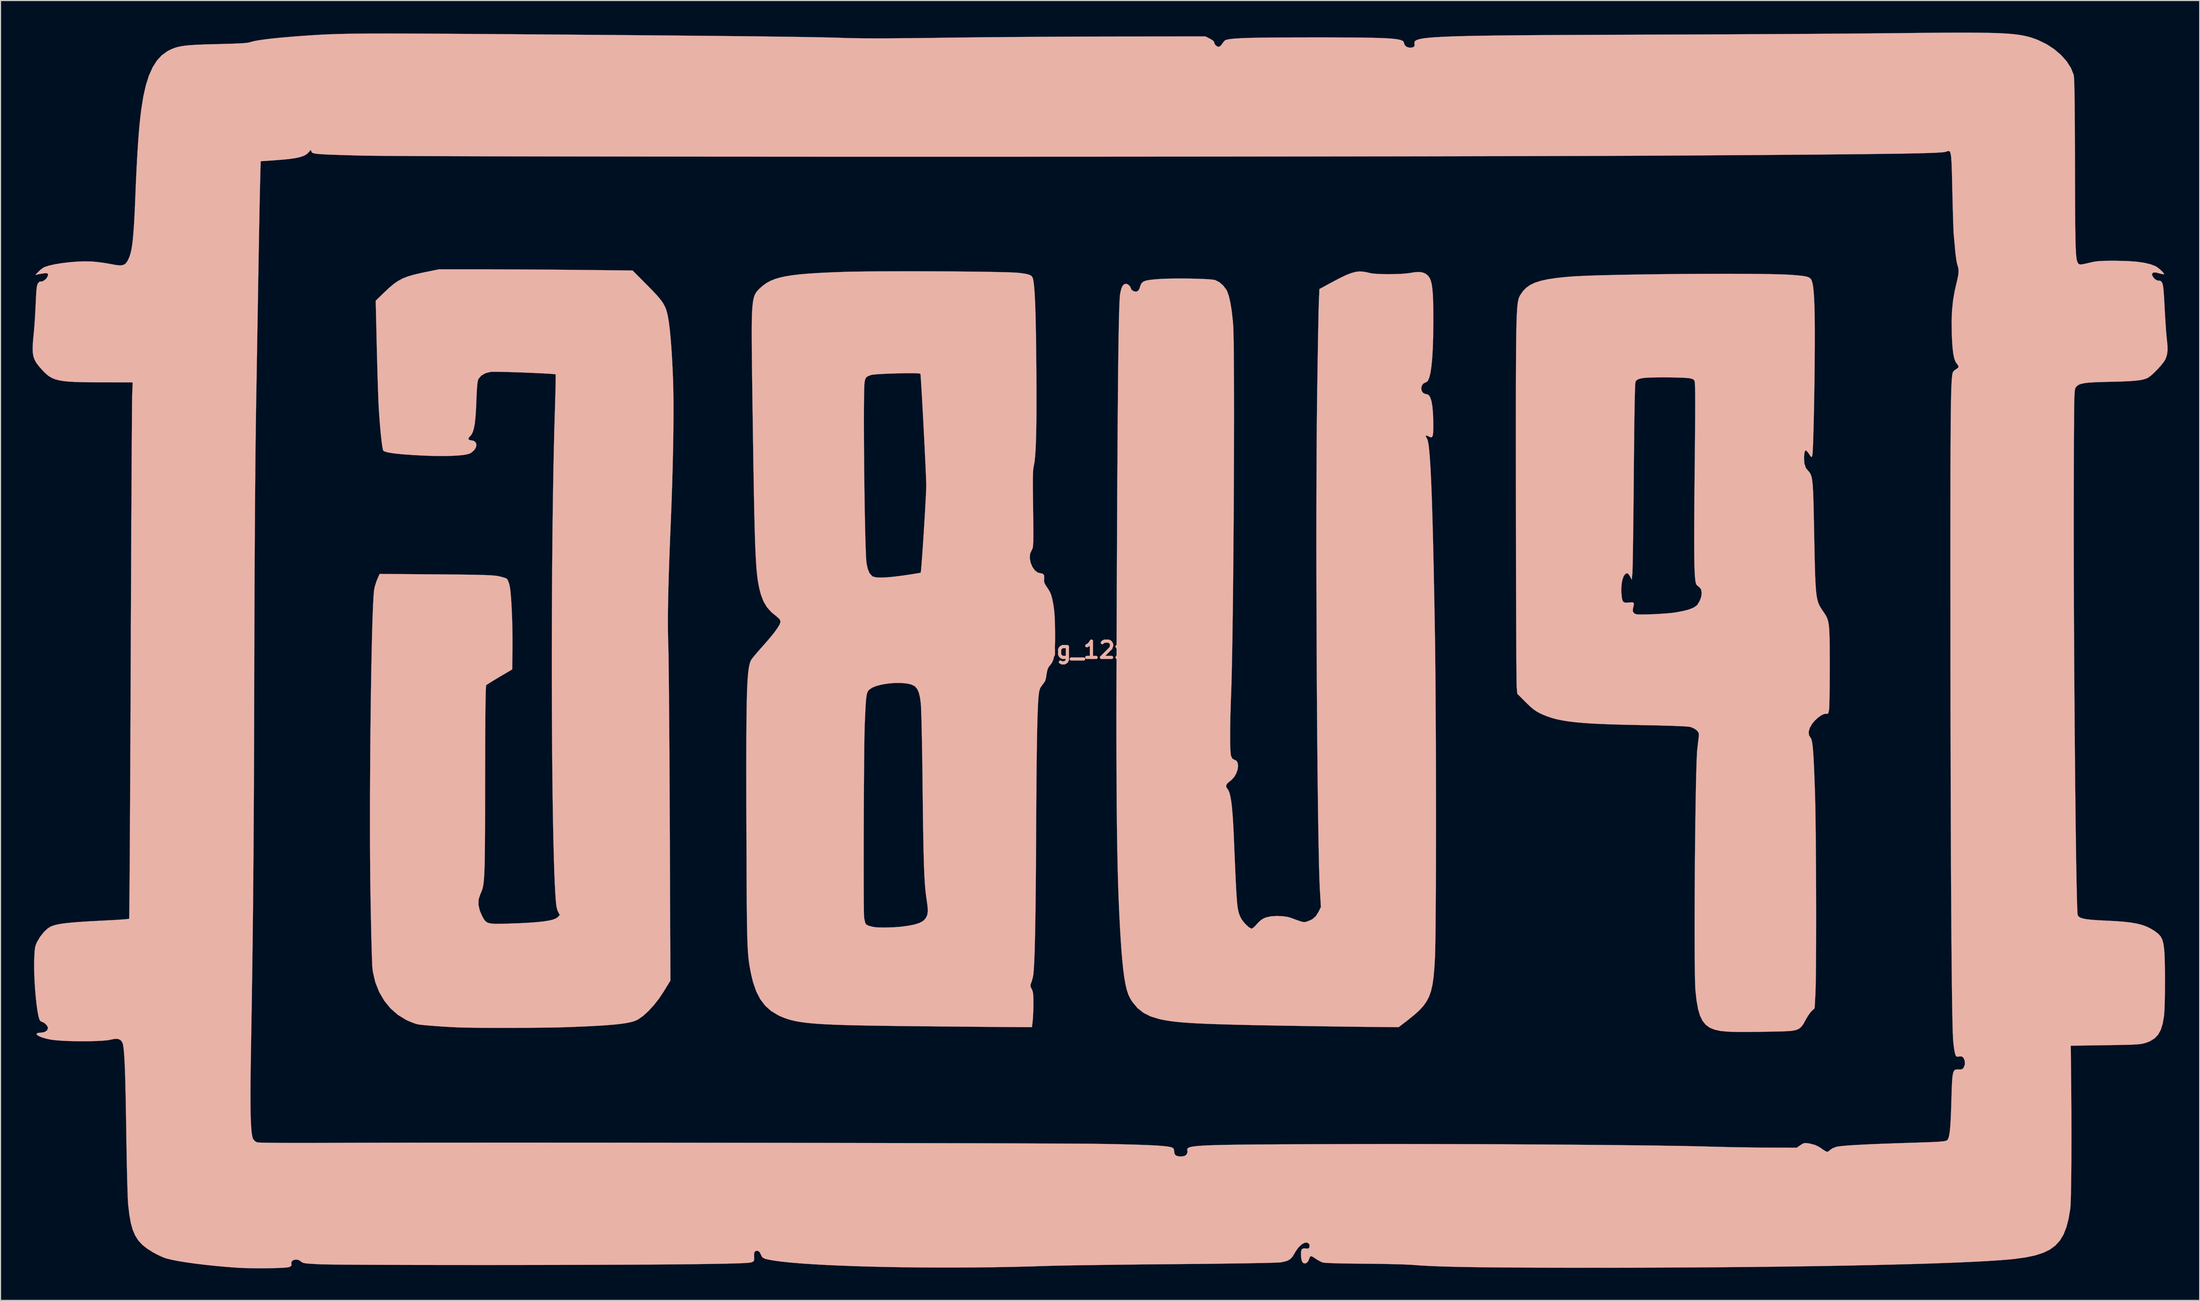
<source format=kicad_pcb>
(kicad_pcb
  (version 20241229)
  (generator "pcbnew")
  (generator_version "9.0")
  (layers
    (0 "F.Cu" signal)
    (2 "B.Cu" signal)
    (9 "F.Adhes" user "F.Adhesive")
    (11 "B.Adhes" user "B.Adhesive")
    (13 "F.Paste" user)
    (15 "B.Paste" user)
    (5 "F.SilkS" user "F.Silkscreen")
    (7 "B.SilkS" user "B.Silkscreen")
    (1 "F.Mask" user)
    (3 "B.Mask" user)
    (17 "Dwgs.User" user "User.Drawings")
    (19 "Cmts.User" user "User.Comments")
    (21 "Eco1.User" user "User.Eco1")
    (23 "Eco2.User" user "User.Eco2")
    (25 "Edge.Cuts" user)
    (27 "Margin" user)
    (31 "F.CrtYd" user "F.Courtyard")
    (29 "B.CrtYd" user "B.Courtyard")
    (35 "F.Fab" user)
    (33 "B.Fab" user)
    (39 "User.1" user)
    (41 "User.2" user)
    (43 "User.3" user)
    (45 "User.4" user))
  (footprint "pubg_12x20_B"
    (layer "F.Cu")
    (at 99.867 57.806)
    (property "Reference" "pubg_12x20_B" (at 0 0 0) (layer "B.SilkS") (effects (font (size 1.524 1.524) (thickness 0.3))))
    (attr through_hole)
    (fp_poly (pts (xy -57.099 -35.643) (xy -56.108 -35.64) (xy -55.015 -35.635) (xy -53.853 -35.629) (xy -52.655 -35.621) (xy -51.456 -35.613) (xy -50.289 -35.603) (xy -49.187 -35.592) (xy -48.895 -35.589) (xy -43.73 -35.534) (xy -42.373 -34.171) (xy -41.855 -33.643) (xy -41.446 -33.205) (xy -41.131 -32.832) (xy -40.893 -32.502) (xy -40.717 -32.189) (xy -40.587 -31.872) (xy -40.487 -31.524) (xy -40.428 -31.256) (xy -40.338 -30.728) (xy -40.252 -30.045) (xy -40.172 -29.224) (xy -40.098 -28.277) (xy -40.031 -27.222) (xy -39.974 -26.071) (xy -39.945 -25.358) (xy -39.917 -24.35) (xy -39.903 -23.187) (xy -39.902 -21.881) (xy -39.914 -20.444) (xy -39.939 -18.89) (xy -39.977 -17.231) (xy -40.027 -15.479) (xy -40.09 -13.649) (xy -40.164 -11.752) (xy -40.172 -11.557) (xy -40.243 -9.842) (xy -40.301 -8.285) (xy -40.348 -6.874) (xy -40.384 -5.599) (xy -40.408 -4.449) (xy -40.422 -3.412) (xy -40.426 -2.478) (xy -40.418 -1.635) (xy -40.401 -0.873) (xy -40.39 -0.55) (xy -40.381 -0.235) (xy -40.371 0.238) (xy -40.362 0.861) (xy -40.352 1.622) (xy -40.341 2.511) (xy -40.331 3.517) (xy -40.321 4.631) (xy -40.311 5.842) (xy -40.301 7.139) (xy -40.291 8.513) (xy -40.282 9.952) (xy -40.273 11.448) (xy -40.265 12.988) (xy -40.257 14.564) (xy -40.25 16.164) (xy -40.25 16.256) (xy -40.19 30.946) (xy -40.811 31.962) (xy -41.252 32.623) (xy -41.734 33.239) (xy -42.232 33.784) (xy -42.723 34.233) (xy -43.182 34.561) (xy -43.349 34.65) (xy -43.605 34.753) (xy -43.933 34.844) (xy -44.345 34.926) (xy -44.85 34.999) (xy -45.462 35.065) (xy -46.192 35.125) (xy -47.05 35.18) (xy -48.048 35.231) (xy -49.198 35.279) (xy -49.911 35.305) (xy -50.521 35.323) (xy -51.267 35.338) (xy -52.119 35.35) (xy -53.05 35.36) (xy -54.031 35.367) (xy -55.034 35.371) (xy -56.032 35.372) (xy -56.996 35.37) (xy -57.898 35.365) (xy -58.709 35.356) (xy -59.402 35.345) (xy -59.859 35.333) (xy -60.357 35.313) (xy -60.92 35.284) (xy -61.514 35.248) (xy -62.105 35.207) (xy -62.662 35.164) (xy -63.15 35.122) (xy -63.537 35.082) (xy -63.788 35.048) (xy -63.795 35.047) (xy -64.068 34.972) (xy -64.427 34.841) (xy -64.807 34.678) (xy -64.934 34.617) (xy -65.701 34.148) (xy -66.382 33.545) (xy -66.967 32.825) (xy -67.443 32.006) (xy -67.8 31.107) (xy -68.025 30.146) (xy -68.072 29.779) (xy -68.087 29.564) (xy -68.103 29.195) (xy -68.121 28.689) (xy -68.141 28.061) (xy -68.161 27.327) (xy -68.181 26.502) (xy -68.201 25.603) (xy -68.221 24.646) (xy -68.24 23.645) (xy -68.252 22.945) (xy -68.269 21.8) (xy -68.281 20.57) (xy -68.291 19.267) (xy -68.297 17.9) (xy -68.299 16.482) (xy -68.299 15.023) (xy -68.296 13.533) (xy -68.289 12.025) (xy -68.28 10.51) (xy -68.269 8.997) (xy -68.255 7.499) (xy -68.238 6.026) (xy -68.22 4.589) (xy -68.199 3.2) (xy -68.177 1.869) (xy -68.152 0.608) (xy -68.126 -0.573) (xy -68.099 -1.663) (xy -68.07 -2.65) (xy -68.04 -3.523) (xy -68.009 -4.272) (xy -67.976 -4.885) (xy -67.943 -5.352) (xy -67.91 -5.661) (xy -67.908 -5.673) (xy -67.828 -6.021) (xy -67.704 -6.411) (xy -67.616 -6.633) (xy -67.398 -7.126) (xy -62.168 -7.087) (xy -61.048 -7.078) (xy -60.083 -7.069) (xy -59.262 -7.059) (xy -58.57 -7.048) (xy -57.993 -7.035) (xy -57.52 -7.021) (xy -57.135 -7.004) (xy -56.827 -6.985) (xy -56.581 -6.962) (xy -56.385 -6.936) (xy -56.269 -6.916) (xy -55.938 -6.838) (xy -55.663 -6.753) (xy -55.495 -6.675) (xy -55.477 -6.66) (xy -55.391 -6.514) (xy -55.298 -6.264) (xy -55.236 -6.042) (xy -55.184 -5.739) (xy -55.135 -5.292) (xy -55.09 -4.726) (xy -55.05 -4.064) (xy -55.016 -3.331) (xy -54.989 -2.553) (xy -54.971 -1.755) (xy -54.962 -0.96) (xy -54.964 -0.194) (xy -54.966 -0.047) (xy -54.991 1.812) (xy -56.158 2.5) (xy -56.562 2.741) (xy -56.917 2.957) (xy -57.197 3.132) (xy -57.374 3.249) (xy -57.42 3.284) (xy -57.436 3.354) (xy -57.451 3.533) (xy -57.465 3.827) (xy -57.477 4.24) (xy -57.487 4.78) (xy -57.497 5.45) (xy -57.504 6.258) (xy -57.511 7.208) (xy -57.517 8.306) (xy -57.521 9.558) (xy -57.524 10.969) (xy -57.526 12.209) (xy -57.528 13.7) (xy -57.531 15.032) (xy -57.534 16.214) (xy -57.539 17.257) (xy -57.545 18.17) (xy -57.553 18.965) (xy -57.564 19.65) (xy -57.578 20.235) (xy -57.595 20.732) (xy -57.615 21.149) (xy -57.64 21.497) (xy -57.669 21.786) (xy -57.704 22.025) (xy -57.744 22.225) (xy -57.789 22.396) (xy -57.841 22.548) (xy -57.9 22.69) (xy -57.966 22.834) (xy -57.971 22.846) (xy -58.133 23.338) (xy -58.152 23.846) (xy -58.025 24.392) (xy -57.823 24.861) (xy -57.69 25.115) (xy -57.563 25.308) (xy -57.417 25.449) (xy -57.229 25.544) (xy -56.975 25.601) (xy -56.63 25.627) (xy -56.171 25.629) (xy -55.574 25.616) (xy -55.372 25.61) (xy -54.299 25.571) (xy -53.386 25.523) (xy -52.623 25.465) (xy -51.999 25.396) (xy -51.507 25.315) (xy -51.135 25.22) (xy -50.875 25.109) (xy -50.743 25.012) (xy -50.541 24.81) (xy -50.71 24.48) (xy -50.777 24.318) (xy -50.831 24.111) (xy -50.875 23.829) (xy -50.914 23.445) (xy -50.951 22.93) (xy -50.966 22.679) (xy -51.012 21.812) (xy -51.054 20.787) (xy -51.092 19.615) (xy -51.127 18.307) (xy -51.159 16.875) (xy -51.187 15.33) (xy -51.212 13.682) (xy -51.233 11.944) (xy -51.251 10.127) (xy -51.265 8.241) (xy -51.276 6.297) (xy -51.283 4.308) (xy -51.287 2.284) (xy -51.287 0.237) (xy -51.284 -1.822) (xy -51.277 -3.883) (xy -51.266 -5.934) (xy -51.252 -7.963) (xy -51.234 -9.96) (xy -51.213 -11.912) (xy -51.188 -13.81) (xy -51.159 -15.642) (xy -51.127 -17.396) (xy -51.091 -19.061) (xy -51.052 -20.627) (xy -51.014 -21.925) (xy -50.989 -22.715) (xy -50.968 -23.452) (xy -50.95 -24.119) (xy -50.936 -24.699) (xy -50.927 -25.175) (xy -50.922 -25.529) (xy -50.921 -25.745) (xy -50.925 -25.808) (xy -51.023 -25.826) (xy -51.266 -25.848) (xy -51.631 -25.873) (xy -52.096 -25.899) (xy -52.635 -25.925) (xy -53.226 -25.951) (xy -53.846 -25.976) (xy -54.471 -25.999) (xy -55.076 -26.019) (xy -55.64 -26.035) (xy -56.138 -26.047) (xy -56.547 -26.052) (xy -56.844 -26.051) (xy -56.998 -26.043) (xy -57.487 -25.921) (xy -57.875 -25.702) (xy -58.137 -25.401) (xy -58.161 -25.355) (xy -58.21 -25.193) (xy -58.252 -24.916) (xy -58.288 -24.511) (xy -58.319 -23.962) (xy -58.345 -23.326) (xy -58.382 -22.469) (xy -58.431 -21.765) (xy -58.494 -21.2) (xy -58.575 -20.756) (xy -58.676 -20.418) (xy -58.799 -20.171) (xy -58.949 -19.999) (xy -58.957 -19.992) (xy -59.084 -19.83) (xy -59.065 -19.702) (xy -58.907 -19.643) (xy -58.88 -19.643) (xy -58.585 -19.586) (xy -58.405 -19.437) (xy -58.339 -19.222) (xy -58.385 -18.973) (xy -58.542 -18.718) (xy -58.809 -18.486) (xy -58.945 -18.406) (xy -59.203 -18.323) (xy -59.61 -18.256) (xy -60.148 -18.206) (xy -60.796 -18.175) (xy -61.536 -18.163) (xy -62.348 -18.171) (xy -63.213 -18.2) (xy -63.238 -18.202) (xy -64.278 -18.256) (xy -65.151 -18.317) (xy -65.858 -18.385) (xy -66.403 -18.459) (xy -66.785 -18.54) (xy -67.008 -18.629) (xy -67.055 -18.667) (xy -67.099 -18.797) (xy -67.151 -19.077) (xy -67.207 -19.486) (xy -67.266 -20.005) (xy -67.326 -20.614) (xy -67.384 -21.295) (xy -67.438 -22.026) (xy -67.476 -22.606) (xy -67.495 -22.974) (xy -67.517 -23.488) (xy -67.541 -24.124) (xy -67.566 -24.86) (xy -67.591 -25.672) (xy -67.616 -26.536) (xy -67.64 -27.43) (xy -67.663 -28.329) (xy -67.663 -28.354) (xy -67.765 -32.704) (xy -66.963 -33.485) (xy -66.492 -33.927) (xy -66.068 -34.282) (xy -65.657 -34.565) (xy -65.227 -34.793) (xy -64.744 -34.982) (xy -64.175 -35.148) (xy -63.488 -35.309) (xy -63.093 -35.391) (xy -61.849 -35.643) (xy -57.954 -35.644) (xy -57.099 -35.643)) (stroke (width 0.01) (type solid)) (fill yes) (layer "B.SilkS"))
    (fp_poly (pts (xy 24.631 -35.429) (xy 25.013 -35.358) (xy 25.231 -35.3) (xy 25.503 -35.252) (xy 25.906 -35.217) (xy 26.402 -35.196) (xy 26.953 -35.188) (xy 27.522 -35.194) (xy 28.07 -35.213) (xy 28.56 -35.246) (xy 28.954 -35.292) (xy 29.041 -35.307) (xy 29.525 -35.382) (xy 29.894 -35.396) (xy 30.19 -35.347) (xy 30.408 -35.257) (xy 30.592 -35.141) (xy 30.746 -34.99) (xy 30.873 -34.79) (xy 30.974 -34.526) (xy 31.053 -34.182) (xy 31.111 -33.745) (xy 31.152 -33.2) (xy 31.177 -32.532) (xy 31.19 -31.726) (xy 31.193 -30.768) (xy 31.192 -30.607) (xy 31.178 -29.363) (xy 31.144 -28.273) (xy 31.089 -27.338) (xy 31.015 -26.562) (xy 30.921 -25.945) (xy 30.808 -25.491) (xy 30.675 -25.2) (xy 30.524 -25.076) (xy 30.514 -25.074) (xy 30.27 -24.962) (xy 30.119 -24.765) (xy 30.062 -24.525) (xy 30.096 -24.285) (xy 30.22 -24.086) (xy 30.433 -23.973) (xy 30.548 -23.961) (xy 30.742 -23.887) (xy 30.9 -23.663) (xy 31.022 -23.285) (xy 31.111 -22.751) (xy 31.166 -22.057) (xy 31.188 -21.277) (xy 31.189 -20.736) (xy 31.175 -20.346) (xy 31.14 -20.091) (xy 31.077 -19.951) (xy 30.98 -19.91) (xy 30.844 -19.951) (xy 30.733 -20.011) (xy 30.55 -20.091) (xy 30.484 -20.051) (xy 30.538 -19.896) (xy 30.606 -19.783) (xy 30.663 -19.643) (xy 30.717 -19.399) (xy 30.769 -19.045) (xy 30.818 -18.578) (xy 30.867 -17.993) (xy 30.913 -17.286) (xy 30.958 -16.453) (xy 31.001 -15.49) (xy 31.044 -14.392) (xy 31.085 -13.156) (xy 31.126 -11.778) (xy 31.166 -10.252) (xy 31.205 -8.575) (xy 31.244 -6.743) (xy 31.283 -4.752) (xy 31.322 -2.598) (xy 31.337 -1.693) (xy 31.353 -0.671) (xy 31.368 0.457) (xy 31.381 1.68) (xy 31.392 2.986) (xy 31.403 4.363) (xy 31.412 5.801) (xy 31.42 7.286) (xy 31.427 8.808) (xy 31.432 10.354) (xy 31.436 11.914) (xy 31.439 13.475) (xy 31.44 15.026) (xy 31.44 16.554) (xy 31.439 18.05) (xy 31.436 19.5) (xy 31.432 20.893) (xy 31.427 22.217) (xy 31.42 23.462) (xy 31.412 24.614) (xy 31.403 25.663) (xy 31.392 26.596) (xy 31.38 27.403) (xy 31.367 28.071) (xy 31.352 28.589) (xy 31.342 28.835) (xy 31.286 29.808) (xy 31.212 30.634) (xy 31.111 31.336) (xy 30.974 31.935) (xy 30.79 32.453) (xy 30.549 32.914) (xy 30.244 33.339) (xy 29.862 33.75) (xy 29.396 34.17) (xy 28.834 34.621) (xy 28.812 34.638) (xy 27.946 35.306) (xy 25.932 35.287) (xy 25.256 35.28) (xy 24.536 35.273) (xy 23.823 35.265) (xy 23.167 35.257) (xy 22.619 35.249) (xy 22.521 35.248) (xy 20.612 35.22) (xy 18.863 35.193) (xy 17.267 35.167) (xy 15.816 35.142) (xy 14.5 35.116) (xy 13.311 35.09) (xy 12.242 35.063) (xy 11.283 35.036) (xy 10.427 35.007) (xy 9.664 34.977) (xy 8.987 34.944) (xy 8.388 34.909) (xy 7.857 34.871) (xy 7.386 34.831) (xy 6.968 34.786) (xy 6.593 34.738) (xy 6.253 34.686) (xy 5.941 34.63) (xy 5.647 34.568) (xy 5.526 34.541) (xy 4.731 34.297) (xy 4.065 33.959) (xy 3.505 33.512) (xy 3.031 32.939) (xy 2.813 32.589) (xy 2.655 32.253) (xy 2.513 31.823) (xy 2.386 31.289) (xy 2.273 30.639) (xy 2.171 29.86) (xy 2.078 28.941) (xy 1.992 27.871) (xy 1.951 27.263) (xy 1.896 26.374) (xy 1.846 25.466) (xy 1.8 24.53) (xy 1.758 23.559) (xy 1.72 22.545) (xy 1.686 21.478) (xy 1.656 20.352) (xy 1.63 19.159) (xy 1.607 17.889) (xy 1.588 16.536) (xy 1.572 15.091) (xy 1.559 13.546) (xy 1.55 11.893) (xy 1.544 10.124) (xy 1.541 8.231) (xy 1.54 6.206) (xy 1.543 4.04) (xy 1.548 1.727) (xy 1.555 -0.743) (xy 1.561 -2.371) (xy 1.573 -5.233) (xy 1.584 -7.929) (xy 1.596 -10.464) (xy 1.607 -12.842) (xy 1.619 -15.066) (xy 1.631 -17.141) (xy 1.643 -19.071) (xy 1.655 -20.859) (xy 1.668 -22.509) (xy 1.681 -24.026) (xy 1.694 -25.414) (xy 1.707 -26.675) (xy 1.721 -27.816) (xy 1.736 -28.838) (xy 1.751 -29.748) (xy 1.767 -30.547) (xy 1.783 -31.241) (xy 1.8 -31.833) (xy 1.817 -32.327) (xy 1.836 -32.728) (xy 1.855 -33.039) (xy 1.875 -33.264) (xy 1.894 -33.399) (xy 1.994 -33.82) (xy 2.111 -34.094) (xy 2.258 -34.243) (xy 2.449 -34.29) (xy 2.458 -34.29) (xy 2.621 -34.227) (xy 2.784 -34.084) (xy 2.875 -33.925) (xy 2.879 -33.894) (xy 2.952 -33.735) (xy 3.128 -33.607) (xy 3.34 -33.553) (xy 3.423 -33.561) (xy 3.574 -33.639) (xy 3.682 -33.81) (xy 3.752 -34.016) (xy 3.829 -34.233) (xy 3.935 -34.394) (xy 4.094 -34.511) (xy 4.334 -34.594) (xy 4.681 -34.655) (xy 5.16 -34.705) (xy 5.398 -34.725) (xy 5.847 -34.752) (xy 6.388 -34.77) (xy 6.991 -34.78) (xy 7.63 -34.783) (xy 8.278 -34.778) (xy 8.908 -34.766) (xy 9.491 -34.747) (xy 10.001 -34.723) (xy 10.411 -34.692) (xy 10.693 -34.657) (xy 10.78 -34.637) (xy 11.178 -34.434) (xy 11.547 -34.11) (xy 11.839 -33.713) (xy 11.921 -33.548) (xy 12.073 -33.096) (xy 12.21 -32.487) (xy 12.33 -31.734) (xy 12.43 -30.847) (xy 12.455 -30.565) (xy 12.474 -30.25) (xy 12.49 -29.777) (xy 12.504 -29.156) (xy 12.516 -28.398) (xy 12.526 -27.513) (xy 12.533 -26.513) (xy 12.539 -25.407) (xy 12.543 -24.207) (xy 12.545 -22.923) (xy 12.545 -21.566) (xy 12.543 -20.146) (xy 12.54 -18.675) (xy 12.535 -17.162) (xy 12.529 -15.62) (xy 12.521 -14.058) (xy 12.511 -12.486) (xy 12.5 -10.917) (xy 12.488 -9.36) (xy 12.474 -7.826) (xy 12.46 -6.326) (xy 12.444 -4.871) (xy 12.427 -3.47) (xy 12.408 -2.136) (xy 12.389 -0.878) (xy 12.369 0.292) (xy 12.348 1.365) (xy 12.326 2.329) (xy 12.304 3.173) (xy 12.28 3.888) (xy 12.272 4.106) (xy 12.233 5.166) (xy 12.205 6.155) (xy 12.187 7.06) (xy 12.179 7.866) (xy 12.182 8.563) (xy 12.195 9.135) (xy 12.219 9.57) (xy 12.253 9.856) (xy 12.271 9.931) (xy 12.398 10.173) (xy 12.555 10.261) (xy 12.767 10.362) (xy 12.889 10.572) (xy 12.924 10.858) (xy 12.878 11.19) (xy 12.758 11.537) (xy 12.569 11.869) (xy 12.316 12.153) (xy 12.195 12.249) (xy 11.922 12.477) (xy 11.805 12.676) (xy 11.835 12.867) (xy 11.92 12.982) (xy 12.032 13.153) (xy 12.131 13.41) (xy 12.217 13.766) (xy 12.293 14.23) (xy 12.361 14.816) (xy 12.42 15.535) (xy 12.474 16.397) (xy 12.523 17.415) (xy 12.531 17.611) (xy 12.582 18.826) (xy 12.627 19.884) (xy 12.667 20.797) (xy 12.703 21.579) (xy 12.737 22.241) (xy 12.769 22.796) (xy 12.8 23.256) (xy 12.831 23.633) (xy 12.863 23.94) (xy 12.898 24.19) (xy 12.937 24.394) (xy 12.979 24.565) (xy 13.027 24.716) (xy 13.082 24.859) (xy 13.139 24.995) (xy 13.284 25.249) (xy 13.493 25.52) (xy 13.731 25.772) (xy 13.962 25.968) (xy 14.149 26.07) (xy 14.193 26.077) (xy 14.316 26.018) (xy 14.484 25.869) (xy 14.541 25.807) (xy 14.835 25.484) (xy 15.078 25.267) (xy 15.317 25.122) (xy 15.557 25.025) (xy 15.992 24.93) (xy 16.519 24.893) (xy 17.07 24.913) (xy 17.579 24.988) (xy 17.865 25.07) (xy 18.32 25.239) (xy 18.647 25.357) (xy 18.875 25.429) (xy 19.036 25.463) (xy 19.16 25.466) (xy 19.276 25.443) (xy 19.408 25.404) (xy 19.857 25.209) (xy 20.198 24.911) (xy 20.457 24.499) (xy 20.673 24.056) (xy 20.58 22.505) (xy 20.554 21.986) (xy 20.529 21.308) (xy 20.504 20.479) (xy 20.481 19.509) (xy 20.458 18.409) (xy 20.436 17.187) (xy 20.415 15.854) (xy 20.395 14.418) (xy 20.376 12.889) (xy 20.358 11.278) (xy 20.341 9.593) (xy 20.326 7.844) (xy 20.311 6.04) (xy 20.298 4.192) (xy 20.287 2.309) (xy 20.277 0.401) (xy 20.268 -1.524) (xy 20.261 -3.455) (xy 20.256 -5.383) (xy 20.252 -7.298) (xy 20.25 -9.19) (xy 20.25 -11.051) (xy 20.251 -12.87) (xy 20.255 -14.638) (xy 20.26 -16.345) (xy 20.267 -17.982) (xy 20.277 -19.539) (xy 20.288 -21.006) (xy 20.302 -22.375) (xy 20.317 -23.58) (xy 20.333 -24.735) (xy 20.35 -25.867) (xy 20.368 -26.96) (xy 20.385 -28) (xy 20.401 -28.971) (xy 20.417 -29.859) (xy 20.433 -30.649) (xy 20.447 -31.326) (xy 20.459 -31.876) (xy 20.47 -32.283) (xy 20.477 -32.499) (xy 20.532 -33.797) (xy 21.759 -34.463) (xy 22.438 -34.821) (xy 23.001 -35.092) (xy 23.476 -35.281) (xy 23.889 -35.397) (xy 24.265 -35.444) (xy 24.631 -35.429)) (stroke (width 0.01) (type solid)) (fill yes) (layer "B.SilkS"))
    (fp_poly (pts (xy 60.1 -35.22) (xy 61.154 -35.214) (xy 62.114 -35.204) (xy 62.964 -35.189) (xy 63.687 -35.171) (xy 64.268 -35.149) (xy 64.558 -35.133) (xy 65.177 -35.087) (xy 65.648 -35.041) (xy 65.996 -34.988) (xy 66.241 -34.923) (xy 66.408 -34.84) (xy 66.517 -34.732) (xy 66.593 -34.594) (xy 66.594 -34.59) (xy 66.668 -34.345) (xy 66.731 -33.988) (xy 66.782 -33.511) (xy 66.822 -32.906) (xy 66.852 -32.163) (xy 66.871 -31.274) (xy 66.882 -30.232) (xy 66.883 -29.295) (xy 66.881 -28.373) (xy 66.875 -27.412) (xy 66.866 -26.426) (xy 66.855 -25.431) (xy 66.841 -24.442) (xy 66.825 -23.473) (xy 66.808 -22.541) (xy 66.789 -21.659) (xy 66.769 -20.844) (xy 66.749 -20.111) (xy 66.728 -19.475) (xy 66.707 -18.95) (xy 66.686 -18.552) (xy 66.666 -18.297) (xy 66.651 -18.206) (xy 66.601 -18.09) (xy 66.55 -18.073) (xy 66.467 -18.17) (xy 66.344 -18.36) (xy 66.196 -18.561) (xy 66.066 -18.677) (xy 66.014 -18.689) (xy 65.947 -18.587) (xy 65.901 -18.361) (xy 65.88 -18.055) (xy 65.887 -17.713) (xy 65.914 -17.449) (xy 66.043 -17.059) (xy 66.233 -16.814) (xy 66.341 -16.698) (xy 66.433 -16.575) (xy 66.509 -16.428) (xy 66.572 -16.242) (xy 66.623 -16.003) (xy 66.665 -15.694) (xy 66.699 -15.301) (xy 66.726 -14.809) (xy 66.75 -14.202) (xy 66.77 -13.465) (xy 66.791 -12.583) (xy 66.803 -11.98) (xy 66.828 -10.706) (xy 66.851 -9.589) (xy 66.872 -8.616) (xy 66.893 -7.777) (xy 66.915 -7.058) (xy 66.94 -6.447) (xy 66.97 -5.933) (xy 67.004 -5.503) (xy 67.046 -5.145) (xy 67.097 -4.847) (xy 67.157 -4.597) (xy 67.228 -4.382) (xy 67.312 -4.191) (xy 67.41 -4.011) (xy 67.524 -3.829) (xy 67.654 -3.635) (xy 67.793 -3.431) (xy 67.904 -3.257) (xy 67.997 -3.086) (xy 68.073 -2.899) (xy 68.135 -2.682) (xy 68.183 -2.417) (xy 68.22 -2.088) (xy 68.246 -1.68) (xy 68.264 -1.175) (xy 68.276 -0.558) (xy 68.281 0.188) (xy 68.283 1.079) (xy 68.284 1.566) (xy 68.282 2.352) (xy 68.278 3.098) (xy 68.27 3.784) (xy 68.261 4.392) (xy 68.25 4.9) (xy 68.237 5.29) (xy 68.223 5.54) (xy 68.215 5.609) (xy 68.165 5.85) (xy 68.107 5.96) (xy 68.012 5.976) (xy 67.956 5.964) (xy 67.753 5.987) (xy 67.483 6.118) (xy 67.182 6.331) (xy 66.889 6.6) (xy 66.646 6.888) (xy 66.411 7.294) (xy 66.31 7.666) (xy 66.344 7.981) (xy 66.455 8.162) (xy 66.515 8.245) (xy 66.568 8.367) (xy 66.615 8.541) (xy 66.657 8.779) (xy 66.694 9.095) (xy 66.729 9.503) (xy 66.763 10.015) (xy 66.795 10.645) (xy 66.829 11.405) (xy 66.864 12.309) (xy 66.899 13.293) (xy 66.916 13.878) (xy 66.932 14.595) (xy 66.947 15.429) (xy 66.96 16.363) (xy 66.971 17.383) (xy 66.981 18.471) (xy 66.99 19.613) (xy 66.997 20.792) (xy 67.002 21.993) (xy 67.006 23.201) (xy 67.008 24.399) (xy 67.008 25.572) (xy 67.006 26.703) (xy 67.003 27.778) (xy 66.998 28.781) (xy 66.991 29.695) (xy 66.982 30.505) (xy 66.971 31.195) (xy 66.958 31.75) (xy 66.943 32.154) (xy 66.941 32.201) (xy 66.868 33.541) (xy 66.595 33.789) (xy 66.426 33.985) (xy 66.226 34.278) (xy 66.031 34.612) (xy 65.993 34.685) (xy 65.807 35.023) (xy 65.62 35.274) (xy 65.404 35.452) (xy 65.128 35.571) (xy 64.765 35.644) (xy 64.286 35.683) (xy 63.796 35.701) (xy 62.619 35.727) (xy 61.561 35.744) (xy 60.631 35.752) (xy 59.84 35.752) (xy 59.198 35.743) (xy 58.716 35.724) (xy 58.052 35.659) (xy 57.496 35.537) (xy 57.037 35.344) (xy 56.664 35.067) (xy 56.367 34.692) (xy 56.135 34.205) (xy 55.958 33.591) (xy 55.823 32.839) (xy 55.722 31.932) (xy 55.717 31.875) (xy 55.697 31.551) (xy 55.68 31.073) (xy 55.667 30.456) (xy 55.656 29.713) (xy 55.647 28.857) (xy 55.642 27.903) (xy 55.639 26.863) (xy 55.638 25.753) (xy 55.64 24.584) (xy 55.644 23.372) (xy 55.65 22.129) (xy 55.658 20.87) (xy 55.668 19.607) (xy 55.68 18.355) (xy 55.694 17.128) (xy 55.709 15.938) (xy 55.725 14.801) (xy 55.743 13.728) (xy 55.763 12.735) (xy 55.783 11.834) (xy 55.805 11.04) (xy 55.827 10.365) (xy 55.85 9.825) (xy 55.874 9.432) (xy 55.889 9.271) (xy 55.935 8.874) (xy 55.98 8.492) (xy 56.015 8.191) (xy 56.022 8.127) (xy 56.037 7.869) (xy 55.987 7.696) (xy 55.85 7.529) (xy 55.841 7.519) (xy 55.615 7.358) (xy 55.321 7.227) (xy 55.218 7.196) (xy 55.035 7.172) (xy 54.695 7.147) (xy 54.208 7.122) (xy 53.586 7.098) (xy 52.84 7.075) (xy 51.981 7.053) (xy 51.022 7.033) (xy 50.715 7.027) (xy 49.326 6.999) (xy 48.093 6.966) (xy 47.002 6.927) (xy 46.042 6.88) (xy 45.197 6.824) (xy 44.456 6.757) (xy 43.805 6.677) (xy 43.23 6.584) (xy 42.719 6.476) (xy 42.258 6.351) (xy 41.835 6.208) (xy 41.435 6.045) (xy 41.233 5.952) (xy 40.907 5.782) (xy 40.611 5.586) (xy 40.303 5.332) (xy 39.94 4.988) (xy 39.823 4.871) (xy 39.048 4.092) (xy 38.991 3.464) (xy 38.985 3.317) (xy 38.979 3.009) (xy 38.973 2.549) (xy 38.968 1.945) (xy 38.962 1.205) (xy 38.957 0.339) (xy 38.952 -0.646) (xy 38.947 -1.741) (xy 38.942 -2.938) (xy 38.938 -4.227) (xy 38.933 -5.601) (xy 38.933 -5.612) (xy 48.78 -5.612) (xy 48.792 -5.313) (xy 48.83 -4.904) (xy 48.892 -4.638) (xy 48.998 -4.489) (xy 49.171 -4.433) (xy 49.43 -4.442) (xy 49.502 -4.45) (xy 49.775 -4.472) (xy 49.922 -4.433) (xy 49.961 -4.303) (xy 49.913 -4.054) (xy 49.876 -3.921) (xy 49.854 -3.638) (xy 49.976 -3.443) (xy 50.165 -3.355) (xy 50.342 -3.336) (xy 50.654 -3.329) (xy 51.068 -3.333) (xy 51.551 -3.348) (xy 52.068 -3.371) (xy 52.587 -3.401) (xy 53.075 -3.437) (xy 53.496 -3.476) (xy 53.77 -3.511) (xy 54.519 -3.645) (xy 55.107 -3.798) (xy 55.542 -3.972) (xy 55.832 -4.171) (xy 55.908 -4.257) (xy 56.127 -4.627) (xy 56.26 -5.011) (xy 56.301 -5.371) (xy 56.245 -5.667) (xy 56.14 -5.821) (xy 55.962 -5.978) (xy 55.851 -6.071) (xy 55.806 -6.128) (xy 55.765 -6.227) (xy 55.729 -6.376) (xy 55.698 -6.583) (xy 55.671 -6.855) (xy 55.649 -7.201) (xy 55.631 -7.628) (xy 55.617 -8.146) (xy 55.607 -8.761) (xy 55.601 -9.481) (xy 55.599 -10.315) (xy 55.601 -11.271) (xy 55.605 -12.356) (xy 55.614 -13.578) (xy 55.625 -14.946) (xy 55.64 -16.468) (xy 55.657 -18.119) (xy 55.671 -19.506) (xy 55.682 -20.73) (xy 55.689 -21.793) (xy 55.692 -22.702) (xy 55.692 -23.46) (xy 55.688 -24.073) (xy 55.68 -24.546) (xy 55.669 -24.883) (xy 55.654 -25.089) (xy 55.641 -25.16) (xy 55.565 -25.294) (xy 55.44 -25.377) (xy 55.216 -25.432) (xy 55.059 -25.457) (xy 54.827 -25.478) (xy 54.458 -25.496) (xy 53.988 -25.511) (xy 53.448 -25.522) (xy 52.872 -25.526) (xy 52.705 -25.527) (xy 51.985 -25.522) (xy 51.414 -25.508) (xy 50.975 -25.481) (xy 50.648 -25.437) (xy 50.413 -25.375) (xy 50.252 -25.291) (xy 50.146 -25.182) (xy 50.113 -25.128) (xy 50.095 -25.027) (xy 50.078 -24.791) (xy 50.062 -24.415) (xy 50.046 -23.896) (xy 50.031 -23.231) (xy 50.016 -22.417) (xy 50.001 -21.449) (xy 49.987 -20.325) (xy 49.973 -19.041) (xy 49.959 -17.594) (xy 49.948 -16.35) (xy 49.937 -15.144) (xy 49.926 -13.977) (xy 49.914 -12.861) (xy 49.902 -11.809) (xy 49.89 -10.832) (xy 49.877 -9.943) (xy 49.865 -9.154) (xy 49.853 -8.478) (xy 49.842 -7.927) (xy 49.832 -7.513) (xy 49.822 -7.248) (xy 49.817 -7.164) (xy 49.757 -6.581) (xy 49.599 -6.889) (xy 49.475 -7.082) (xy 49.357 -7.189) (xy 49.329 -7.197) (xy 49.146 -7.117) (xy 48.993 -6.894) (xy 48.876 -6.552) (xy 48.803 -6.117) (xy 48.78 -5.612) (xy 38.933 -5.612) (xy 38.93 -7.052) (xy 38.926 -8.57) (xy 38.924 -10.147) (xy 38.921 -11.775) (xy 38.919 -13.445) (xy 38.919 -13.885) (xy 38.917 -15.979) (xy 38.916 -17.91) (xy 38.915 -19.685) (xy 38.915 -21.312) (xy 38.916 -22.796) (xy 38.917 -24.146) (xy 38.92 -25.367) (xy 38.924 -26.467) (xy 38.93 -27.453) (xy 38.937 -28.33) (xy 38.945 -29.107) (xy 38.956 -29.79) (xy 38.968 -30.386) (xy 38.983 -30.902) (xy 39 -31.345) (xy 39.02 -31.72) (xy 39.042 -32.037) (xy 39.066 -32.3) (xy 39.094 -32.517) (xy 39.125 -32.695) (xy 39.158 -32.841) (xy 39.195 -32.962) (xy 39.236 -33.064) (xy 39.28 -33.154) (xy 39.328 -33.24) (xy 39.331 -33.244) (xy 39.581 -33.608) (xy 39.881 -33.916) (xy 40.246 -34.175) (xy 40.694 -34.39) (xy 41.24 -34.567) (xy 41.9 -34.712) (xy 42.69 -34.831) (xy 43.626 -34.929) (xy 44.069 -34.966) (xy 44.583 -34.999) (xy 45.246 -35.03) (xy 46.043 -35.06) (xy 46.956 -35.087) (xy 47.971 -35.112) (xy 49.071 -35.136) (xy 50.239 -35.156) (xy 51.459 -35.174) (xy 52.715 -35.19) (xy 53.992 -35.203) (xy 55.271 -35.213) (xy 56.538 -35.219) (xy 57.776 -35.223) (xy 58.969 -35.224) (xy 60.1 -35.22)) (stroke (width 0.01) (type solid)) (fill yes) (layer "B.SilkS"))
    (fp_poly (pts (xy -16.82 -35.459) (xy -15.714 -35.456) (xy -14.616 -35.45) (xy -13.541 -35.443) (xy -12.505 -35.433) (xy -11.523 -35.422) (xy -10.612 -35.409) (xy -9.786 -35.394) (xy -9.062 -35.377) (xy -8.455 -35.359) (xy -7.981 -35.339) (xy -7.654 -35.318) (xy -7.578 -35.31) (xy -7.088 -35.245) (xy -6.74 -35.175) (xy -6.507 -35.089) (xy -6.363 -34.972) (xy -6.281 -34.815) (xy -6.251 -34.7) (xy -6.201 -34.404) (xy -6.157 -34.013) (xy -6.118 -33.518) (xy -6.083 -32.911) (xy -6.052 -32.184) (xy -6.026 -31.329) (xy -6.003 -30.338) (xy -5.983 -29.203) (xy -5.967 -27.915) (xy -5.953 -26.467) (xy -5.952 -26.374) (xy -5.942 -24.816) (xy -5.939 -23.421) (xy -5.943 -22.181) (xy -5.953 -21.091) (xy -5.971 -20.142) (xy -5.997 -19.33) (xy -6.029 -18.646) (xy -6.07 -18.084) (xy -6.118 -17.638) (xy -6.175 -17.301) (xy -6.202 -17.187) (xy -6.237 -16.97) (xy -6.262 -16.622) (xy -6.276 -16.134) (xy -6.279 -15.496) (xy -6.273 -14.7) (xy -6.272 -14.605) (xy -6.257 -13.561) (xy -6.246 -12.673) (xy -6.238 -11.927) (xy -6.233 -11.311) (xy -6.232 -10.81) (xy -6.235 -10.412) (xy -6.241 -10.103) (xy -6.253 -9.869) (xy -6.269 -9.698) (xy -6.289 -9.576) (xy -6.315 -9.489) (xy -6.346 -9.424) (xy -6.363 -9.398) (xy -6.535 -9.014) (xy -6.563 -8.582) (xy -6.483 -8.178) (xy -6.318 -7.779) (xy -6.091 -7.463) (xy -5.83 -7.259) (xy -5.592 -7.197) (xy -5.347 -7.146) (xy -5.224 -6.988) (xy -5.214 -6.709) (xy -5.221 -6.659) (xy -5.236 -6.456) (xy -5.19 -6.272) (xy -5.066 -6.046) (xy -4.97 -5.902) (xy -4.783 -5.617) (xy -4.647 -5.365) (xy -4.545 -5.101) (xy -4.461 -4.777) (xy -4.377 -4.348) (xy -4.344 -4.161) (xy -4.282 -3.697) (xy -4.237 -3.135) (xy -4.21 -2.45) (xy -4.198 -1.621) (xy -4.198 -1.566) (xy -4.2 -0.816) (xy -4.216 -0.213) (xy -4.248 0.265) (xy -4.301 0.639) (xy -4.377 0.931) (xy -4.479 1.163) (xy -4.612 1.357) (xy -4.65 1.403) (xy -4.783 1.569) (xy -4.875 1.741) (xy -4.941 1.961) (xy -4.998 2.277) (xy -5.037 2.555) (xy -5.131 2.909) (xy -5.329 3.187) (xy -5.348 3.205) (xy -5.589 3.552) (xy -5.682 3.859) (xy -5.718 4.1) (xy -5.751 4.429) (xy -5.782 4.85) (xy -5.809 5.372) (xy -5.834 5.999) (xy -5.857 6.739) (xy -5.878 7.599) (xy -5.896 8.584) (xy -5.913 9.702) (xy -5.928 10.959) (xy -5.941 12.362) (xy -5.953 13.917) (xy -5.963 15.63) (xy -5.969 16.764) (xy -5.98 18.742) (xy -5.993 20.554) (xy -6.007 22.204) (xy -6.024 23.696) (xy -6.042 25.034) (xy -6.063 26.221) (xy -6.085 27.261) (xy -6.11 28.158) (xy -6.137 28.916) (xy -6.167 29.538) (xy -6.199 30.028) (xy -6.229 30.353) (xy -6.288 30.684) (xy -6.379 31.007) (xy -6.414 31.1) (xy -6.495 31.32) (xy -6.499 31.479) (xy -6.421 31.666) (xy -6.387 31.729) (xy -6.316 31.888) (xy -6.268 32.073) (xy -6.24 32.323) (xy -6.228 32.672) (xy -6.226 33.099) (xy -6.232 33.573) (xy -6.249 34.049) (xy -6.272 34.466) (xy -6.296 34.734) (xy -6.363 35.306) (xy -8.706 35.292) (xy -9.186 35.289) (xy -9.814 35.284) (xy -10.572 35.278) (xy -11.438 35.27) (xy -12.394 35.261) (xy -13.418 35.252) (xy -14.49 35.242) (xy -15.592 35.231) (xy -16.701 35.22) (xy -17.484 35.212) (xy -19.088 35.194) (xy -20.534 35.175) (xy -21.831 35.154) (xy -22.99 35.13) (xy -24.02 35.103) (xy -24.932 35.071) (xy -25.737 35.033) (xy -26.444 34.99) (xy -27.065 34.939) (xy -27.608 34.881) (xy -28.085 34.813) (xy -28.505 34.737) (xy -28.88 34.649) (xy -29.219 34.551) (xy -29.532 34.441) (xy -29.831 34.317) (xy -30.111 34.187) (xy -30.767 33.794) (xy -31.322 33.298) (xy -31.785 32.688) (xy -32.163 31.952) (xy -32.464 31.079) (xy -32.638 30.354) (xy -32.694 30.074) (xy -32.745 29.809) (xy -32.791 29.549) (xy -32.832 29.283) (xy -32.868 29.003) (xy -32.9 28.698) (xy -32.929 28.359) (xy -32.953 27.977) (xy -32.975 27.541) (xy -32.993 27.042) (xy -33.009 26.47) (xy -33.022 25.816) (xy -33.033 25.07) (xy -33.043 24.222) (xy -33.051 23.263) (xy -33.058 22.183) (xy -33.064 20.972) (xy -33.067 20.358) (xy -22.106 20.358) (xy -22.106 21.295) (xy -22.103 22.161) (xy -22.1 22.941) (xy -22.096 23.622) (xy -22.09 24.19) (xy -22.083 24.631) (xy -22.074 24.931) (xy -22.064 25.077) (xy -22.064 25.082) (xy -22.008 25.343) (xy -21.97 25.524) (xy -21.877 25.682) (xy -21.658 25.805) (xy -21.297 25.901) (xy -21.082 25.938) (xy -20.755 25.967) (xy -20.309 25.978) (xy -19.795 25.972) (xy -19.262 25.95) (xy -18.761 25.913) (xy -18.711 25.908) (xy -17.959 25.813) (xy -17.363 25.696) (xy -16.907 25.553) (xy -16.58 25.38) (xy -16.453 25.274) (xy -16.272 25.052) (xy -16.159 24.798) (xy -16.111 24.481) (xy -16.124 24.069) (xy -16.192 23.531) (xy -16.204 23.455) (xy -16.254 23.122) (xy -16.299 22.77) (xy -16.339 22.388) (xy -16.375 21.963) (xy -16.407 21.485) (xy -16.435 20.941) (xy -16.461 20.321) (xy -16.484 19.612) (xy -16.505 18.802) (xy -16.524 17.881) (xy -16.542 16.837) (xy -16.56 15.657) (xy -16.576 14.331) (xy -16.593 12.912) (xy -16.606 11.759) (xy -16.621 10.651) (xy -16.637 9.602) (xy -16.654 8.624) (xy -16.672 7.732) (xy -16.69 6.939) (xy -16.708 6.258) (xy -16.726 5.704) (xy -16.744 5.289) (xy -16.76 5.027) (xy -16.763 4.995) (xy -16.843 4.417) (xy -16.949 3.982) (xy -17.092 3.662) (xy -17.28 3.433) (xy -17.362 3.366) (xy -17.676 3.219) (xy -18.114 3.125) (xy -18.638 3.081) (xy -19.214 3.085) (xy -19.805 3.133) (xy -20.374 3.224) (xy -20.886 3.352) (xy -21.304 3.517) (xy -21.59 3.712) (xy -21.669 3.8) (xy -21.733 3.903) (xy -21.787 4.039) (xy -21.83 4.227) (xy -21.867 4.483) (xy -21.9 4.825) (xy -21.929 5.273) (xy -21.958 5.842) (xy -21.99 6.553) (xy -22.011 7.07) (xy -22.022 7.429) (xy -22.033 7.922) (xy -22.043 8.538) (xy -22.053 9.26) (xy -22.062 10.076) (xy -22.07 10.972) (xy -22.078 11.935) (xy -22.085 12.949) (xy -22.09 14.002) (xy -22.096 15.08) (xy -22.1 16.169) (xy -22.103 17.255) (xy -22.105 18.324) (xy -22.106 19.363) (xy -22.106 20.358) (xy -33.067 20.358) (xy -33.07 19.621) (xy -33.075 18.119) (xy -33.081 16.468) (xy -33.086 14.589) (xy -33.09 12.873) (xy -33.091 11.31) (xy -33.091 9.893) (xy -33.087 8.615) (xy -33.081 7.468) (xy -33.072 6.444) (xy -33.06 5.536) (xy -33.045 4.735) (xy -33.026 4.035) (xy -33.003 3.427) (xy -32.976 2.903) (xy -32.945 2.457) (xy -32.909 2.08) (xy -32.869 1.765) (xy -32.824 1.504) (xy -32.774 1.289) (xy -32.718 1.113) (xy -32.657 0.967) (xy -32.64 0.933) (xy -32.548 0.801) (xy -32.363 0.57) (xy -32.106 0.264) (xy -31.798 -0.09) (xy -31.54 -0.381) (xy -30.956 -1.048) (xy -30.499 -1.61) (xy -30.167 -2.066) (xy -29.964 -2.416) (xy -29.888 -2.656) (xy -29.887 -2.672) (xy -29.971 -2.883) (xy -30.205 -3.102) (xy -30.745 -3.547) (xy -31.16 -4.012) (xy -31.474 -4.539) (xy -31.715 -5.167) (xy -31.839 -5.627) (xy -31.894 -5.869) (xy -31.945 -6.119) (xy -31.992 -6.383) (xy -32.035 -6.671) (xy -32.075 -6.989) (xy -32.112 -7.346) (xy -32.147 -7.749) (xy -32.178 -8.207) (xy -32.208 -8.727) (xy -32.236 -9.317) (xy -32.262 -9.986) (xy -32.287 -10.74) (xy -32.312 -11.587) (xy -32.335 -12.536) (xy -32.358 -13.595) (xy -32.381 -14.771) (xy -32.404 -16.072) (xy -32.428 -17.506) (xy -32.452 -19.081) (xy -32.478 -20.805) (xy -32.492 -21.804) (xy -22.086 -21.804) (xy -22.085 -20.894) (xy -22.082 -19.92) (xy -22.077 -18.898) (xy -22.069 -17.844) (xy -22.059 -16.771) (xy -22.046 -15.696) (xy -22.032 -14.634) (xy -22.016 -13.599) (xy -21.998 -12.608) (xy -21.979 -11.674) (xy -21.958 -10.814) (xy -21.937 -10.042) (xy -21.914 -9.373) (xy -21.891 -8.823) (xy -21.866 -8.407) (xy -21.842 -8.14) (xy -21.841 -8.136) (xy -21.725 -7.586) (xy -21.546 -7.179) (xy -21.308 -6.921) (xy -21.232 -6.877) (xy -20.959 -6.808) (xy -20.527 -6.785) (xy -19.942 -6.808) (xy -19.208 -6.876) (xy -18.328 -6.991) (xy -18.319 -6.992) (xy -17.833 -7.064) (xy -17.408 -7.13) (xy -17.072 -7.185) (xy -16.851 -7.225) (xy -16.773 -7.245) (xy -16.756 -7.338) (xy -16.731 -7.581) (xy -16.699 -7.953) (xy -16.662 -8.433) (xy -16.621 -9.003) (xy -16.576 -9.642) (xy -16.53 -10.33) (xy -16.484 -11.047) (xy -16.439 -11.774) (xy -16.395 -12.489) (xy -16.355 -13.174) (xy -16.32 -13.807) (xy -16.291 -14.37) (xy -16.269 -14.842) (xy -16.256 -15.203) (xy -16.252 -15.407) (xy -16.256 -15.637) (xy -16.269 -16.003) (xy -16.289 -16.489) (xy -16.314 -17.076) (xy -16.345 -17.746) (xy -16.381 -18.482) (xy -16.419 -19.265) (xy -16.461 -20.077) (xy -16.503 -20.901) (xy -16.546 -21.719) (xy -16.589 -22.511) (xy -16.631 -23.262) (xy -16.67 -23.952) (xy -16.706 -24.563) (xy -16.738 -25.078) (xy -16.764 -25.478) (xy -16.785 -25.747) (xy -16.799 -25.864) (xy -16.799 -25.866) (xy -16.889 -25.89) (xy -17.121 -25.906) (xy -17.468 -25.915) (xy -17.905 -25.916) (xy -18.404 -25.911) (xy -18.939 -25.9) (xy -19.483 -25.885) (xy -20.009 -25.865) (xy -20.492 -25.841) (xy -20.903 -25.814) (xy -21.216 -25.785) (xy -21.405 -25.755) (xy -21.421 -25.75) (xy -21.711 -25.64) (xy -21.88 -25.514) (xy -21.972 -25.325) (xy -22.02 -25.091) (xy -22.04 -24.878) (xy -22.056 -24.511) (xy -22.068 -24.005) (xy -22.077 -23.375) (xy -22.083 -22.636) (xy -22.086 -21.804) (xy -32.492 -21.804) (xy -32.505 -22.686) (xy -32.522 -23.918) (xy -32.542 -25.361) (xy -32.559 -26.644) (xy -32.572 -27.778) (xy -32.58 -28.774) (xy -32.583 -29.641) (xy -32.58 -30.39) (xy -32.569 -31.032) (xy -32.552 -31.575) (xy -32.525 -32.032) (xy -32.49 -32.411) (xy -32.445 -32.724) (xy -32.389 -32.979) (xy -32.322 -33.189) (xy -32.243 -33.362) (xy -32.15 -33.509) (xy -32.045 -33.641) (xy -31.925 -33.767) (xy -31.796 -33.892) (xy -31.503 -34.148) (xy -31.183 -34.372) (xy -30.824 -34.566) (xy -30.412 -34.733) (xy -29.933 -34.875) (xy -29.374 -34.996) (xy -28.721 -35.099) (xy -27.962 -35.184) (xy -27.082 -35.256) (xy -26.068 -35.317) (xy -24.908 -35.369) (xy -24.071 -35.399) (xy -23.466 -35.416) (xy -22.744 -35.43) (xy -21.919 -35.441) (xy -21.009 -35.45) (xy -20.029 -35.456) (xy -18.993 -35.459) (xy -17.919 -35.461) (xy -16.82 -35.459)) (stroke (width 0.01) (type solid)) (fill yes) (layer "B.SilkS"))
    (fp_poly (pts (xy 81.324 -57.8) (xy 82.257 -57.794) (xy 83.081 -57.781) (xy 83.806 -57.762) (xy 84.442 -57.735) (xy 85 -57.7) (xy 85.49 -57.657) (xy 85.921 -57.605) (xy 86.304 -57.543) (xy 86.649 -57.472) (xy 86.965 -57.39) (xy 87.264 -57.298) (xy 87.554 -57.194) (xy 87.774 -57.108) (xy 88.56 -56.728) (xy 89.281 -56.257) (xy 89.917 -55.714) (xy 90.446 -55.12) (xy 90.848 -54.495) (xy 91.102 -53.86) (xy 91.105 -53.848) (xy 91.124 -53.732) (xy 91.14 -53.524) (xy 91.155 -53.218) (xy 91.169 -52.806) (xy 91.18 -52.28) (xy 91.191 -51.633) (xy 91.2 -50.859) (xy 91.207 -49.949) (xy 91.214 -48.897) (xy 91.219 -47.695) (xy 91.224 -46.336) (xy 91.227 -45.339) (xy 91.23 -43.916) (xy 91.235 -42.652) (xy 91.239 -41.538) (xy 91.246 -40.563) (xy 91.253 -39.719) (xy 91.263 -38.994) (xy 91.274 -38.38) (xy 91.289 -37.866) (xy 91.306 -37.443) (xy 91.326 -37.1) (xy 91.351 -36.828) (xy 91.379 -36.617) (xy 91.412 -36.458) (xy 91.45 -36.339) (xy 91.492 -36.252) (xy 91.54 -36.187) (xy 91.564 -36.162) (xy 91.64 -36.111) (xy 91.756 -36.095) (xy 91.946 -36.117) (xy 92.242 -36.18) (xy 92.515 -36.245) (xy 92.819 -36.316) (xy 93.093 -36.368) (xy 93.374 -36.404) (xy 93.693 -36.427) (xy 94.087 -36.439) (xy 94.588 -36.444) (xy 95.081 -36.443) (xy 96.1 -36.421) (xy 96.965 -36.36) (xy 97.69 -36.261) (xy 98.285 -36.12) (xy 98.74 -35.947) (xy 98.932 -35.83) (xy 99.147 -35.664) (xy 99.348 -35.482) (xy 99.5 -35.318) (xy 99.565 -35.206) (xy 99.559 -35.184) (xy 99.463 -35.184) (xy 99.257 -35.226) (xy 99.075 -35.275) (xy 98.789 -35.346) (xy 98.612 -35.353) (xy 98.508 -35.305) (xy 98.435 -35.213) (xy 98.453 -35.089) (xy 98.516 -34.955) (xy 98.666 -34.765) (xy 98.865 -34.625) (xy 99.058 -34.568) (xy 99.148 -34.588) (xy 99.24 -34.558) (xy 99.36 -34.423) (xy 99.365 -34.416) (xy 99.412 -34.317) (xy 99.452 -34.164) (xy 99.488 -33.935) (xy 99.52 -33.613) (xy 99.553 -33.177) (xy 99.587 -32.607) (xy 99.616 -32.045) (xy 99.651 -31.403) (xy 99.69 -30.769) (xy 99.73 -30.177) (xy 99.77 -29.661) (xy 99.807 -29.259) (xy 99.826 -29.083) (xy 99.884 -28.489) (xy 99.887 -28.017) (xy 99.833 -27.629) (xy 99.719 -27.286) (xy 99.688 -27.218) (xy 99.532 -26.967) (xy 99.283 -26.651) (xy 98.979 -26.31) (xy 98.655 -25.981) (xy 98.347 -25.702) (xy 98.093 -25.513) (xy 98.039 -25.482) (xy 97.828 -25.392) (xy 97.571 -25.318) (xy 97.248 -25.258) (xy 96.84 -25.211) (xy 96.329 -25.173) (xy 95.696 -25.144) (xy 94.922 -25.121) (xy 94.488 -25.111) (xy 93.697 -25.092) (xy 93.056 -25.068) (xy 92.548 -25.036) (xy 92.155 -24.992) (xy 91.857 -24.935) (xy 91.636 -24.861) (xy 91.474 -24.767) (xy 91.352 -24.65) (xy 91.321 -24.611) (xy 91.293 -24.571) (xy 91.267 -24.525) (xy 91.245 -24.464) (xy 91.226 -24.377) (xy 91.209 -24.256) (xy 91.194 -24.09) (xy 91.181 -23.868) (xy 91.17 -23.583) (xy 91.161 -23.222) (xy 91.153 -22.778) (xy 91.146 -22.239) (xy 91.141 -21.596) (xy 91.136 -20.84) (xy 91.131 -19.96) (xy 91.127 -18.946) (xy 91.123 -17.789) (xy 91.119 -16.479) (xy 91.116 -15.551) (xy 91.112 -14.142) (xy 91.111 -12.659) (xy 91.111 -11.112) (xy 91.112 -9.508) (xy 91.116 -7.856) (xy 91.121 -6.164) (xy 91.127 -4.44) (xy 91.134 -2.693) (xy 91.143 -0.931) (xy 91.153 0.838) (xy 91.164 2.605) (xy 91.176 4.363) (xy 91.189 6.102) (xy 91.203 7.814) (xy 91.218 9.492) (xy 91.233 11.126) (xy 91.249 12.709) (xy 91.266 14.232) (xy 91.283 15.687) (xy 91.3 17.065) (xy 91.318 18.359) (xy 91.336 19.559) (xy 91.355 20.659) (xy 91.373 21.648) (xy 91.392 22.52) (xy 91.41 23.265) (xy 91.428 23.875) (xy 91.447 24.343) (xy 91.464 24.659) (xy 91.482 24.816) (xy 91.485 24.826) (xy 91.571 24.951) (xy 91.733 25.054) (xy 91.988 25.136) (xy 92.353 25.203) (xy 92.842 25.256) (xy 93.473 25.299) (xy 94.022 25.325) (xy 94.965 25.372) (xy 95.759 25.431) (xy 96.429 25.507) (xy 96.995 25.603) (xy 97.479 25.725) (xy 97.903 25.877) (xy 98.29 26.064) (xy 98.66 26.29) (xy 98.694 26.313) (xy 99.017 26.559) (xy 99.246 26.813) (xy 99.401 27.115) (xy 99.503 27.505) (xy 99.572 28.007) (xy 99.599 28.366) (xy 99.62 28.859) (xy 99.635 29.455) (xy 99.645 30.123) (xy 99.648 30.832) (xy 99.647 31.553) (xy 99.64 32.255) (xy 99.627 32.908) (xy 99.609 33.48) (xy 99.585 33.942) (xy 99.559 34.247) (xy 99.436 34.973) (xy 99.255 35.554) (xy 99.005 36.01) (xy 98.672 36.359) (xy 98.244 36.621) (xy 97.896 36.757) (xy 97.741 36.805) (xy 97.585 36.844) (xy 97.41 36.877) (xy 97.197 36.903) (xy 96.927 36.924) (xy 96.582 36.941) (xy 96.142 36.955) (xy 95.589 36.968) (xy 94.904 36.98) (xy 94.079 36.993) (xy 90.833 37.042) (xy 90.861 39.666) (xy 90.874 41.033) (xy 90.884 42.378) (xy 90.891 43.688) (xy 90.894 44.952) (xy 90.894 46.158) (xy 90.891 47.295) (xy 90.885 48.349) (xy 90.876 49.31) (xy 90.864 50.165) (xy 90.849 50.902) (xy 90.832 51.511) (xy 90.812 51.978) (xy 90.789 52.292) (xy 90.78 52.366) (xy 90.622 53.275) (xy 90.416 54.058) (xy 90.151 54.724) (xy 89.815 55.284) (xy 89.393 55.749) (xy 88.875 56.129) (xy 88.246 56.434) (xy 87.495 56.675) (xy 86.609 56.861) (xy 85.574 57.003) (xy 85.005 57.06) (xy 84.152 57.129) (xy 83.137 57.195) (xy 81.966 57.259) (xy 80.647 57.32) (xy 79.186 57.378) (xy 77.591 57.434) (xy 75.869 57.486) (xy 74.026 57.535) (xy 72.07 57.581) (xy 70.008 57.623) (xy 67.846 57.662) (xy 65.592 57.697) (xy 63.252 57.728) (xy 60.834 57.755) (xy 58.344 57.777) (xy 55.79 57.796) (xy 53.179 57.81) (xy 50.517 57.819) (xy 47.811 57.824) (xy 46.313 57.825) (xy 44.324 57.824) (xy 42.496 57.821) (xy 40.82 57.817) (xy 39.288 57.81) (xy 37.892 57.802) (xy 36.622 57.792) (xy 35.471 57.779) (xy 34.431 57.764) (xy 33.491 57.746) (xy 32.645 57.726) (xy 31.884 57.703) (xy 31.199 57.677) (xy 30.581 57.648) (xy 30.023 57.616) (xy 29.515 57.581) (xy 29.337 57.566) (xy 28.985 57.544) (xy 28.49 57.523) (xy 27.879 57.503) (xy 27.178 57.484) (xy 26.413 57.469) (xy 25.611 57.457) (xy 24.799 57.449) (xy 24.638 57.447) (xy 23.614 57.439) (xy 22.744 57.426) (xy 22.031 57.409) (xy 21.478 57.389) (xy 21.088 57.366) (xy 20.863 57.339) (xy 20.83 57.33) (xy 20.58 57.221) (xy 20.293 57.056) (xy 20.181 56.981) (xy 19.92 56.807) (xy 19.756 56.744) (xy 19.656 56.792) (xy 19.589 56.954) (xy 19.578 56.994) (xy 19.459 57.258) (xy 19.287 57.407) (xy 19.093 57.417) (xy 19.009 57.373) (xy 18.905 57.239) (xy 18.841 56.998) (xy 18.813 56.738) (xy 18.806 56.367) (xy 18.859 56.137) (xy 18.985 56.027) (xy 19.197 56.014) (xy 19.258 56.023) (xy 19.46 56.036) (xy 19.562 55.972) (xy 19.599 55.886) (xy 19.603 55.681) (xy 19.555 55.58) (xy 19.368 55.468) (xy 19.13 55.496) (xy 18.862 55.65) (xy 18.585 55.917) (xy 18.319 56.282) (xy 18.213 56.467) (xy 18.009 56.802) (xy 17.791 57.03) (xy 17.515 57.18) (xy 17.134 57.283) (xy 16.915 57.322) (xy 16.751 57.336) (xy 16.426 57.35) (xy 15.95 57.365) (xy 15.333 57.38) (xy 14.582 57.395) (xy 13.707 57.41) (xy 12.717 57.425) (xy 11.622 57.44) (xy 10.43 57.455) (xy 9.15 57.469) (xy 7.792 57.482) (xy 6.985 57.489) (xy 5.675 57.501) (xy 4.372 57.514) (xy 3.088 57.528) (xy 1.841 57.543) (xy 0.644 57.558) (xy -0.487 57.574) (xy -1.536 57.589) (xy -2.49 57.605) (xy -3.333 57.62) (xy -4.049 57.634) (xy -4.624 57.648) (xy -4.995 57.659) (xy -6.649 57.71) (xy -8.33 57.75) (xy -10.029 57.78) (xy -11.735 57.8) (xy -13.437 57.81) (xy -15.126 57.81) (xy -16.79 57.801) (xy -18.42 57.782) (xy -20.004 57.755) (xy -21.532 57.72) (xy -22.993 57.676) (xy -24.378 57.624) (xy -25.676 57.565) (xy -26.876 57.498) (xy -27.967 57.424) (xy -28.94 57.343) (xy -29.784 57.255) (xy -30.487 57.161) (xy -31.041 57.061) (xy -31.373 56.976) (xy -31.601 56.838) (xy -31.712 56.627) (xy -31.84 56.365) (xy -32.014 56.236) (xy -32.208 56.256) (xy -32.237 56.273) (xy -32.329 56.376) (xy -32.364 56.558) (xy -32.359 56.791) (xy -32.35 57.045) (xy -32.382 57.185) (xy -32.481 57.266) (xy -32.613 57.321) (xy -32.724 57.345) (xy -32.932 57.367) (xy -33.244 57.388) (xy -33.67 57.407) (xy -34.219 57.425) (xy -34.898 57.442) (xy -35.718 57.458) (xy -36.686 57.474) (xy -37.812 57.49) (xy -38.227 57.496) (xy -39.063 57.505) (xy -40.018 57.514) (xy -41.082 57.523) (xy -42.244 57.53) (xy -43.495 57.537) (xy -44.823 57.544) (xy -46.219 57.549) (xy -47.672 57.554) (xy -49.171 57.558) (xy -50.707 57.562) (xy -52.269 57.565) (xy -53.846 57.567) (xy -55.429 57.569) (xy -57.007 57.57) (xy -58.569 57.57) (xy -60.105 57.569) (xy -61.606 57.568) (xy -63.059 57.566) (xy -64.456 57.564) (xy -65.786 57.561) (xy -67.038 57.557) (xy -68.202 57.552) (xy -69.268 57.547) (xy -70.226 57.541) (xy -71.064 57.534) (xy -71.773 57.527) (xy -72.342 57.519) (xy -72.761 57.51) (xy -72.994 57.502) (xy -73.553 57.473) (xy -73.968 57.447) (xy -74.265 57.42) (xy -74.468 57.388) (xy -74.603 57.347) (xy -74.695 57.294) (xy -74.75 57.245) (xy -74.969 57.104) (xy -75.212 57.06) (xy -75.437 57.099) (xy -75.603 57.212) (xy -75.667 57.386) (xy -75.651 57.485) (xy -75.647 57.626) (xy -75.77 57.727) (xy -75.834 57.756) (xy -76.006 57.792) (xy -76.32 57.821) (xy -76.75 57.845) (xy -77.269 57.863) (xy -77.851 57.875) (xy -78.468 57.879) (xy -79.094 57.876) (xy -79.702 57.866) (xy -80.266 57.848) (xy -80.73 57.823) (xy -81.75 57.747) (xy -82.756 57.656) (xy -83.727 57.554) (xy -84.642 57.443) (xy -85.48 57.326) (xy -86.221 57.205) (xy -86.843 57.084) (xy -87.325 56.966) (xy -87.479 56.918) (xy -87.773 56.801) (xy -88.143 56.627) (xy -88.518 56.431) (xy -88.6 56.385) (xy -89.153 56.038) (xy -89.608 55.674) (xy -89.978 55.27) (xy -90.273 54.806) (xy -90.504 54.26) (xy -90.683 53.611) (xy -90.819 52.837) (xy -90.924 51.918) (xy -90.93 51.858) (xy -90.947 51.597) (xy -90.966 51.183) (xy -90.986 50.635) (xy -91.006 49.97) (xy -91.026 49.204) (xy -91.046 48.356) (xy -91.065 47.443) (xy -91.082 46.482) (xy -91.098 45.49) (xy -91.103 45.17) (xy -91.125 43.717) (xy -91.147 42.426) (xy -91.155 42.039) (xy -79.48 42.039) (xy -79.474 42.913) (xy -79.46 43.657) (xy -79.438 44.279) (xy -79.407 44.787) (xy -79.368 45.188) (xy -79.32 45.491) (xy -79.264 45.702) (xy -79.237 45.767) (xy -79.06 45.979) (xy -78.867 46.087) (xy -78.734 46.101) (xy -78.439 46.114) (xy -77.988 46.124) (xy -77.389 46.132) (xy -76.649 46.138) (xy -75.774 46.142) (xy -74.772 46.143) (xy -73.649 46.142) (xy -72.413 46.138) (xy -71.67 46.134) (xy -70.724 46.13) (xy -69.642 46.127) (xy -68.431 46.124) (xy -67.098 46.121) (xy -65.651 46.119) (xy -64.097 46.117) (xy -62.444 46.115) (xy -60.699 46.114) (xy -58.87 46.114) (xy -56.964 46.113) (xy -54.989 46.113) (xy -52.952 46.113) (xy -50.86 46.114) (xy -48.721 46.115) (xy -46.542 46.116) (xy -44.331 46.118) (xy -42.096 46.12) (xy -39.843 46.122) (xy -37.58 46.124) (xy -35.315 46.127) (xy -33.054 46.13) (xy -30.807 46.133) (xy -28.579 46.136) (xy -26.378 46.14) (xy -24.213 46.144) (xy -22.089 46.148) (xy -20.016 46.152) (xy -17.999 46.156) (xy -16.047 46.161) (xy -14.167 46.166) (xy -12.367 46.17) (xy -10.653 46.175) (xy -9.034 46.181) (xy -7.517 46.186) (xy -6.109 46.191) (xy -4.818 46.197) (xy -3.651 46.202) (xy -2.615 46.208) (xy -1.719 46.214) (xy -0.969 46.219) (xy -0.373 46.225) (xy 0.062 46.231) (xy 0.085 46.231) (xy 1.364 46.255) (xy 2.484 46.28) (xy 3.452 46.307) (xy 4.278 46.336) (xy 4.971 46.367) (xy 5.539 46.401) (xy 5.993 46.438) (xy 6.341 46.48) (xy 6.591 46.526) (xy 6.73 46.566) (xy 6.881 46.661) (xy 6.938 46.828) (xy 6.943 46.941) (xy 6.984 47.187) (xy 7.125 47.334) (xy 7.39 47.401) (xy 7.586 47.411) (xy 7.9 47.367) (xy 8.083 47.247) (xy 8.191 47.022) (xy 8.178 46.865) (xy 8.165 46.793) (xy 8.168 46.727) (xy 8.194 46.668) (xy 8.252 46.614) (xy 8.347 46.565) (xy 8.489 46.522) (xy 8.683 46.483) (xy 8.939 46.449) (xy 9.262 46.418) (xy 9.661 46.392) (xy 10.142 46.369) (xy 10.714 46.349) (xy 11.384 46.331) (xy 12.159 46.317) (xy 13.046 46.304) (xy 14.054 46.293) (xy 15.189 46.284) (xy 16.459 46.276) (xy 17.871 46.269) (xy 19.432 46.262) (xy 21.151 46.256) (xy 22.352 46.252) (xy 24.093 46.247) (xy 25.899 46.244) (xy 27.757 46.243) (xy 29.657 46.245) (xy 31.587 46.248) (xy 33.535 46.253) (xy 35.49 46.259) (xy 37.439 46.267) (xy 39.372 46.277) (xy 41.276 46.288) (xy 43.14 46.301) (xy 44.953 46.315) (xy 46.702 46.33) (xy 48.377 46.346) (xy 49.964 46.363) (xy 51.454 46.381) (xy 52.834 46.401) (xy 54.092 46.421) (xy 55.218 46.441) (xy 56.198 46.463) (xy 57.022 46.485) (xy 57.108 46.487) (xy 57.952 46.51) (xy 58.905 46.532) (xy 59.91 46.551) (xy 60.908 46.565) (xy 61.841 46.576) (xy 62.506 46.58) (xy 65.196 46.588) (xy 65.54 46.35) (xy 65.733 46.223) (xy 65.887 46.16) (xy 66.064 46.152) (xy 66.326 46.187) (xy 66.435 46.206) (xy 66.938 46.34) (xy 67.328 46.539) (xy 67.65 46.764) (xy 67.866 46.903) (xy 68.008 46.965) (xy 68.11 46.96) (xy 68.205 46.896) (xy 68.301 46.807) (xy 68.551 46.641) (xy 68.875 46.515) (xy 68.961 46.493) (xy 69.25 46.449) (xy 69.707 46.404) (xy 70.327 46.358) (xy 71.108 46.313) (xy 72.049 46.267) (xy 73.146 46.222) (xy 74.397 46.177) (xy 75.607 46.138) (xy 76.484 46.11) (xy 77.207 46.086) (xy 77.792 46.064) (xy 78.253 46.042) (xy 78.608 46.019) (xy 78.87 45.993) (xy 79.057 45.964) (xy 79.182 45.929) (xy 79.262 45.887) (xy 79.312 45.837) (xy 79.34 45.791) (xy 79.408 45.623) (xy 79.465 45.382) (xy 79.514 45.053) (xy 79.556 44.621) (xy 79.592 44.07) (xy 79.624 43.386) (xy 79.652 42.553) (xy 79.662 42.203) (xy 79.685 41.415) (xy 79.708 40.781) (xy 79.735 40.283) (xy 79.769 39.905) (xy 79.815 39.633) (xy 79.875 39.448) (xy 79.954 39.336) (xy 80.055 39.28) (xy 80.181 39.263) (xy 80.322 39.269) (xy 80.571 39.267) (xy 80.724 39.198) (xy 80.806 39.102) (xy 80.924 38.801) (xy 80.917 38.464) (xy 80.804 38.196) (xy 80.673 38.062) (xy 80.5 38.036) (xy 80.388 38.053) (xy 80.197 38.073) (xy 80.094 38.01) (xy 80.016 37.823) (xy 80.015 37.818) (xy 79.967 37.612) (xy 79.913 37.288) (xy 79.863 36.9) (xy 79.837 36.652) (xy 79.816 36.339) (xy 79.795 35.859) (xy 79.776 35.215) (xy 79.757 34.407) (xy 79.739 33.439) (xy 79.722 32.312) (xy 79.705 31.029) (xy 79.69 29.591) (xy 79.675 28.002) (xy 79.662 26.262) (xy 79.649 24.375) (xy 79.637 22.343) (xy 79.626 20.167) (xy 79.616 17.85) (xy 79.607 15.394) (xy 79.599 12.801) (xy 79.592 10.073) (xy 79.586 7.213) (xy 79.581 4.222) (xy 79.577 1.103) (xy 79.575 -1.185) (xy 79.574 -3.607) (xy 79.572 -5.865) (xy 79.571 -7.966) (xy 79.571 -9.914) (xy 79.572 -11.716) (xy 79.573 -13.378) (xy 79.574 -14.906) (xy 79.577 -16.304) (xy 79.58 -17.579) (xy 79.585 -18.738) (xy 79.59 -19.785) (xy 79.596 -20.726) (xy 79.603 -21.567) (xy 79.611 -22.314) (xy 79.621 -22.973) (xy 79.632 -23.55) (xy 79.644 -24.05) (xy 79.657 -24.478) (xy 79.672 -24.842) (xy 79.688 -25.147) (xy 79.705 -25.398) (xy 79.724 -25.601) (xy 79.745 -25.762) (xy 79.767 -25.887) (xy 79.791 -25.982) (xy 79.807 -26.026) (xy 79.917 -26.164) (xy 80.105 -26.294) (xy 80.296 -26.427) (xy 80.332 -26.569) (xy 80.217 -26.755) (xy 80.165 -26.812) (xy 80.033 -27.014) (xy 79.925 -27.32) (xy 79.839 -27.744) (xy 79.773 -28.299) (xy 79.725 -28.999) (xy 79.699 -29.633) (xy 79.684 -30.769) (xy 79.722 -31.784) (xy 79.816 -32.719) (xy 79.97 -33.615) (xy 80.102 -34.19) (xy 80.226 -34.71) (xy 80.304 -35.103) (xy 80.336 -35.408) (xy 80.327 -35.66) (xy 80.278 -35.895) (xy 80.227 -36.053) (xy 80.172 -36.274) (xy 80.112 -36.616) (xy 80.057 -37.031) (xy 80.015 -37.439) (xy 79.975 -37.894) (xy 79.935 -38.337) (xy 79.901 -38.712) (xy 79.879 -38.944) (xy 79.868 -39.128) (xy 79.853 -39.46) (xy 79.837 -39.921) (xy 79.819 -40.489) (xy 79.799 -41.144) (xy 79.78 -41.865) (xy 79.761 -42.631) (xy 79.753 -42.962) (xy 79.732 -43.873) (xy 79.713 -44.629) (xy 79.694 -45.243) (xy 79.672 -45.729) (xy 79.646 -46.1) (xy 79.612 -46.37) (xy 79.57 -46.554) (xy 79.516 -46.664) (xy 79.448 -46.715) (xy 79.364 -46.72) (xy 79.262 -46.692) (xy 79.149 -46.65) (xy 79.069 -46.63) (xy 78.938 -46.61) (xy 78.749 -46.591) (xy 78.498 -46.573) (xy 78.18 -46.556) (xy 77.788 -46.54) (xy 77.317 -46.524) (xy 76.761 -46.509) (xy 76.117 -46.495) (xy 75.377 -46.48) (xy 74.536 -46.467) (xy 73.59 -46.453) (xy 72.532 -46.44) (xy 71.358 -46.426) (xy 70.061 -46.413) (xy 68.636 -46.399) (xy 67.078 -46.386) (xy 65.382 -46.372) (xy 63.541 -46.358) (xy 61.551 -46.343) (xy 59.406 -46.329) (xy 57.1 -46.313) (xy 55.541 -46.303) (xy 54.255 -46.295) (xy 52.838 -46.287) (xy 51.295 -46.28) (xy 49.632 -46.273) (xy 47.854 -46.266) (xy 45.967 -46.26) (xy 43.976 -46.254) (xy 41.886 -46.248) (xy 39.703 -46.242) (xy 37.432 -46.237) (xy 35.079 -46.232) (xy 32.648 -46.227) (xy 30.146 -46.222) (xy 27.577 -46.218) (xy 24.948 -46.214) (xy 22.263 -46.21) (xy 19.528 -46.206) (xy 16.748 -46.203) (xy 13.928 -46.2) (xy 11.075 -46.197) (xy 8.193 -46.195) (xy 5.288 -46.193) (xy 2.364 -46.191) (xy -0.571 -46.189) (xy -3.514 -46.188) (xy -6.458 -46.187) (xy -9.399 -46.186) (xy -12.33 -46.185) (xy -15.248 -46.185) (xy -18.145 -46.185) (xy -21.017 -46.186) (xy -23.859 -46.186) (xy -26.664 -46.187) (xy -29.428 -46.188) (xy -32.146 -46.19) (xy -34.811 -46.191) (xy -37.419 -46.193) (xy -39.963 -46.196) (xy -42.44 -46.198) (xy -44.843 -46.201) (xy -47.166 -46.204) (xy -49.406 -46.207) (xy -51.555 -46.211) (xy -53.609 -46.215) (xy -55.563 -46.219) (xy -57.411 -46.224) (xy -59.147 -46.229) (xy -60.766 -46.234) (xy -62.263 -46.239) (xy -63.633 -46.245) (xy -64.87 -46.251) (xy -65.969 -46.257) (xy -66.923 -46.264) (xy -67.729 -46.271) (xy -68.381 -46.278) (xy -68.872 -46.285) (xy -69.136 -46.291) (xy -70.132 -46.319) (xy -70.973 -46.344) (xy -71.671 -46.366) (xy -72.24 -46.388) (xy -72.694 -46.411) (xy -73.047 -46.435) (xy -73.311 -46.461) (xy -73.5 -46.491) (xy -73.628 -46.526) (xy -73.708 -46.567) (xy -73.753 -46.616) (xy -73.778 -46.672) (xy -73.781 -46.683) (xy -73.822 -46.794) (xy -73.877 -46.789) (xy -73.986 -46.658) (xy -74.009 -46.628) (xy -74.186 -46.447) (xy -74.432 -46.296) (xy -74.763 -46.172) (xy -75.198 -46.068) (xy -75.754 -45.983) (xy -76.448 -45.91) (xy -77.131 -45.858) (xy -78.528 -45.762) (xy -78.584 -43.603) (xy -78.595 -43.131) (xy -78.609 -42.511) (xy -78.624 -41.765) (xy -78.641 -40.916) (xy -78.659 -39.984) (xy -78.678 -38.993) (xy -78.697 -37.963) (xy -78.715 -36.916) (xy -78.733 -35.875) (xy -78.735 -35.772) (xy -78.752 -34.768) (xy -78.771 -33.622) (xy -78.792 -32.361) (xy -78.815 -31.012) (xy -78.839 -29.601) (xy -78.864 -28.155) (xy -78.888 -26.702) (xy -78.912 -25.268) (xy -78.936 -23.881) (xy -78.958 -22.567) (xy -78.961 -22.394) (xy -78.979 -21.252) (xy -78.996 -19.953) (xy -79.013 -18.509) (xy -79.028 -16.933) (xy -79.043 -15.236) (xy -79.058 -13.432) (xy -79.071 -11.532) (xy -79.083 -9.548) (xy -79.094 -7.494) (xy -79.104 -5.38) (xy -79.112 -3.221) (xy -79.119 -1.027) (xy -79.125 1.189) (xy -79.125 1.482) (xy -79.132 4.343) (xy -79.139 7.049) (xy -79.148 9.614) (xy -79.158 12.051) (xy -79.169 14.375) (xy -79.182 16.601) (xy -79.196 18.741) (xy -79.213 20.809) (xy -79.231 22.821) (xy -79.25 24.79) (xy -79.272 26.73) (xy -79.297 28.655) (xy -79.323 30.578) (xy -79.352 32.515) (xy -79.384 34.48) (xy -79.418 36.485) (xy -79.429 37.084) (xy -79.453 38.557) (xy -79.469 39.868) (xy -79.479 41.026) (xy -79.48 42.039) (xy -91.155 42.039) (xy -91.171 41.288) (xy -91.196 40.297) (xy -91.223 39.445) (xy -91.252 38.724) (xy -91.284 38.126) (xy -91.318 37.643) (xy -91.355 37.268) (xy -91.396 36.994) (xy -91.44 36.812) (xy -91.462 36.758) (xy -91.624 36.526) (xy -91.848 36.408) (xy -92.163 36.397) (xy -92.545 36.473) (xy -92.857 36.528) (xy -93.306 36.57) (xy -93.863 36.601) (xy -94.495 36.619) (xy -95.172 36.625) (xy -95.862 36.62) (xy -96.534 36.602) (xy -97.158 36.572) (xy -97.702 36.53) (xy -98.135 36.476) (xy -98.208 36.464) (xy -98.662 36.363) (xy -99.03 36.25) (xy -99.3 36.133) (xy -99.459 36.022) (xy -99.497 35.926) (xy -99.399 35.855) (xy -99.155 35.818) (xy -99.039 35.815) (xy -98.744 35.762) (xy -98.531 35.623) (xy -98.434 35.428) (xy -98.442 35.31) (xy -98.547 35.125) (xy -98.732 34.943) (xy -98.934 34.82) (xy -99.031 34.798) (xy -99.144 34.727) (xy -99.233 34.577) (xy -99.322 34.259) (xy -99.409 33.801) (xy -99.49 33.231) (xy -99.563 32.578) (xy -99.625 31.871) (xy -99.674 31.14) (xy -99.708 30.412) (xy -99.723 29.717) (xy -99.718 29.084) (xy -99.713 28.93) (xy -99.692 28.449) (xy -99.667 28.098) (xy -99.632 27.838) (xy -99.579 27.632) (xy -99.502 27.44) (xy -99.43 27.291) (xy -99.151 26.825) (xy -98.82 26.407) (xy -98.473 26.078) (xy -98.224 25.915) (xy -98.018 25.825) (xy -97.772 25.745) (xy -97.471 25.674) (xy -97.099 25.611) (xy -96.642 25.554) (xy -96.086 25.5) (xy -95.415 25.449) (xy -94.615 25.398) (xy -93.67 25.347) (xy -92.922 25.309) (xy -92.352 25.28) (xy -91.839 25.249) (xy -91.407 25.219) (xy -91.08 25.192) (xy -90.883 25.169) (xy -90.834 25.157) (xy -90.829 25.069) (xy -90.824 24.818) (xy -90.818 24.412) (xy -90.811 23.857) (xy -90.805 23.159) (xy -90.797 22.326) (xy -90.79 21.364) (xy -90.782 20.28) (xy -90.774 19.081) (xy -90.766 17.774) (xy -90.758 16.365) (xy -90.749 14.861) (xy -90.741 13.269) (xy -90.732 11.595) (xy -90.724 9.848) (xy -90.715 8.032) (xy -90.707 6.155) (xy -90.699 4.224) (xy -90.691 2.246) (xy -90.687 1.228) (xy -90.679 -0.787) (xy -90.671 -2.765) (xy -90.662 -4.699) (xy -90.654 -6.582) (xy -90.646 -8.407) (xy -90.638 -10.166) (xy -90.63 -11.853) (xy -90.621 -13.46) (xy -90.614 -14.98) (xy -90.606 -16.405) (xy -90.598 -17.729) (xy -90.591 -18.944) (xy -90.584 -20.044) (xy -90.577 -21.02) (xy -90.571 -21.865) (xy -90.565 -22.573) (xy -90.56 -23.137) (xy -90.555 -23.548) (xy -90.55 -23.8) (xy -90.549 -23.855) (xy -90.503 -25.061) (xy -93.279 -25.062) (xy -94.297 -25.065) (xy -95.164 -25.075) (xy -95.894 -25.097) (xy -96.504 -25.132) (xy -97.012 -25.185) (xy -97.433 -25.26) (xy -97.785 -25.358) (xy -98.083 -25.485) (xy -98.346 -25.643) (xy -98.588 -25.836) (xy -98.827 -26.066) (xy -98.981 -26.23) (xy -99.288 -26.58) (xy -99.523 -26.893) (xy -99.691 -27.198) (xy -99.8 -27.525) (xy -99.854 -27.901) (xy -99.862 -28.356) (xy -99.83 -28.919) (xy -99.763 -29.617) (xy -99.757 -29.676) (xy -99.718 -30.097) (xy -99.678 -30.637) (xy -99.638 -31.247) (xy -99.603 -31.878) (xy -99.579 -32.402) (xy -99.551 -33.013) (xy -99.524 -33.479) (xy -99.494 -33.82) (xy -99.459 -34.061) (xy -99.417 -34.224) (xy -99.365 -34.33) (xy -99.245 -34.469) (xy -99.15 -34.505) (xy -99.147 -34.503) (xy -98.998 -34.498) (xy -98.8 -34.592) (xy -98.609 -34.751) (xy -98.5 -34.902) (xy -98.419 -35.099) (xy -98.43 -35.223) (xy -98.55 -35.279) (xy -98.793 -35.273) (xy -99.176 -35.208) (xy -99.356 -35.17) (xy -99.61 -35.115) (xy -99.314 -35.429) (xy -99.083 -35.64) (xy -98.843 -35.808) (xy -98.755 -35.853) (xy -98.341 -35.99) (xy -97.796 -36.113) (xy -97.156 -36.219) (xy -96.461 -36.303) (xy -95.748 -36.361) (xy -95.055 -36.388) (xy -94.419 -36.379) (xy -94.276 -36.372) (xy -93.799 -36.327) (xy -93.25 -36.256) (xy -92.722 -36.17) (xy -92.535 -36.133) (xy -92.034 -36.042) (xy -91.663 -36.01) (xy -91.393 -36.046) (xy -91.192 -36.158) (xy -91.03 -36.357) (xy -90.895 -36.607) (xy -90.792 -36.854) (xy -90.702 -37.145) (xy -90.622 -37.496) (xy -90.552 -37.921) (xy -90.49 -38.433) (xy -90.434 -39.048) (xy -90.382 -39.779) (xy -90.334 -40.642) (xy -90.287 -41.65) (xy -90.256 -42.418) (xy -90.195 -43.89) (xy -90.133 -45.208) (xy -90.069 -46.386) (xy -90.002 -47.441) (xy -89.932 -48.386) (xy -89.856 -49.238) (xy -89.774 -50.011) (xy -89.697 -50.631) (xy -89.504 -51.838) (xy -89.266 -52.889) (xy -88.979 -53.79) (xy -88.64 -54.549) (xy -88.245 -55.174) (xy -87.792 -55.672) (xy -87.275 -56.05) (xy -87.119 -56.136) (xy -86.845 -56.266) (xy -86.57 -56.374) (xy -86.273 -56.462) (xy -85.935 -56.533) (xy -85.534 -56.589) (xy -85.052 -56.633) (xy -84.467 -56.668) (xy -83.759 -56.696) (xy -82.907 -56.72) (xy -82.635 -56.726) (xy -81.81 -56.747) (xy -81.138 -56.768) (xy -80.602 -56.789) (xy -80.187 -56.813) (xy -79.875 -56.84) (xy -79.65 -56.872) (xy -79.496 -56.908) (xy -79.46 -56.921) (xy -79.175 -57) (xy -78.733 -57.083) (xy -78.148 -57.168) (xy -77.43 -57.253) (xy -76.593 -57.337) (xy -75.65 -57.419) (xy -75.353 -57.442) (xy -74.799 -57.484) (xy -74.273 -57.522) (xy -73.766 -57.556) (xy -73.269 -57.587) (xy -72.771 -57.614) (xy -72.262 -57.638) (xy -71.733 -57.658) (xy -71.173 -57.675) (xy -70.573 -57.69) (xy -69.923 -57.701) (xy -69.212 -57.709) (xy -68.432 -57.715) (xy -67.571 -57.718) (xy -66.621 -57.719) (xy -65.57 -57.717) (xy -64.41 -57.713) (xy -63.13 -57.707) (xy -61.721 -57.699) (xy -60.172 -57.689) (xy -58.473 -57.678) (xy -56.616 -57.664) (xy -56.6 -57.664) (xy -53.49 -57.641) (xy -50.548 -57.619) (xy -47.771 -57.597) (xy -45.157 -57.576) (xy -42.703 -57.555) (xy -40.408 -57.535) (xy -38.269 -57.515) (xy -36.284 -57.496) (xy -34.45 -57.477) (xy -32.767 -57.459) (xy -31.231 -57.441) (xy -29.84 -57.423) (xy -28.592 -57.405) (xy -27.486 -57.388) (xy -26.518 -57.371) (xy -25.686 -57.354) (xy -24.989 -57.338) (xy -24.424 -57.321) (xy -24.13 -57.311) (xy -23.582 -57.293) (xy -22.966 -57.28) (xy -22.269 -57.271) (xy -21.48 -57.266) (xy -20.588 -57.265) (xy -19.582 -57.269) (xy -18.45 -57.278) (xy -17.181 -57.29) (xy -15.763 -57.307) (xy -14.436 -57.325) (xy -13.191 -57.342) (xy -11.807 -57.357) (xy -10.311 -57.372) (xy -8.734 -57.386) (xy -7.105 -57.399) (xy -5.453 -57.41) (xy -3.807 -57.42) (xy -2.196 -57.428) (xy -0.65 -57.434) (xy 0.801 -57.437) (xy 1.397 -57.438) (xy 9.864 -57.446) (xy 10.287 -57.235) (xy 10.528 -57.092) (xy 10.666 -56.966) (xy 10.686 -56.907) (xy 10.725 -56.743) (xy 10.864 -56.581) (xy 11.044 -56.481) (xy 11.107 -56.473) (xy 11.256 -56.543) (xy 11.413 -56.724) (xy 11.437 -56.761) (xy 11.58 -56.961) (xy 11.718 -57.09) (xy 11.743 -57.102) (xy 11.896 -57.148) (xy 12.108 -57.189) (xy 12.39 -57.224) (xy 12.749 -57.254) (xy 13.197 -57.28) (xy 13.744 -57.301) (xy 14.399 -57.318) (xy 15.172 -57.332) (xy 16.074 -57.342) (xy 17.113 -57.349) (xy 18.3 -57.353) (xy 19.645 -57.355) (xy 19.897 -57.355) (xy 21.304 -57.355) (xy 22.551 -57.351) (xy 23.648 -57.345) (xy 24.603 -57.335) (xy 25.426 -57.321) (xy 26.127 -57.302) (xy 26.714 -57.278) (xy 27.197 -57.248) (xy 27.585 -57.211) (xy 27.888 -57.167) (xy 28.115 -57.115) (xy 28.275 -57.055) (xy 28.378 -56.986) (xy 28.432 -56.908) (xy 28.448 -56.821) (xy 28.524 -56.617) (xy 28.717 -56.459) (xy 28.976 -56.39) (xy 29.005 -56.389) (xy 29.289 -56.427) (xy 29.428 -56.543) (xy 29.435 -56.746) (xy 29.431 -56.763) (xy 29.419 -56.844) (xy 29.428 -56.919) (xy 29.465 -56.988) (xy 29.536 -57.053) (xy 29.646 -57.112) (xy 29.802 -57.167) (xy 30.009 -57.217) (xy 30.273 -57.263) (xy 30.601 -57.304) (xy 30.997 -57.342) (xy 31.469 -57.376) (xy 32.021 -57.407) (xy 32.66 -57.435) (xy 33.392 -57.46) (xy 34.223 -57.482) (xy 35.158 -57.502) (xy 36.204 -57.519) (xy 37.367 -57.534) (xy 38.651 -57.548) (xy 40.064 -57.56) (xy 41.612 -57.571) (xy 43.299 -57.58) (xy 45.133 -57.589) (xy 47.118 -57.597) (xy 49.262 -57.605) (xy 51.393 -57.612) (xy 53.135 -57.618) (xy 54.922 -57.625) (xy 56.736 -57.633) (xy 58.564 -57.641) (xy 60.388 -57.651) (xy 62.193 -57.66) (xy 63.964 -57.671) (xy 65.684 -57.681) (xy 67.339 -57.692) (xy 68.913 -57.703) (xy 70.39 -57.714) (xy 71.754 -57.726) (xy 72.989 -57.737) (xy 74.081 -57.748) (xy 74.676 -57.754) (xy 76.304 -57.772) (xy 77.773 -57.786) (xy 79.092 -57.796) (xy 80.273 -57.801) (xy 81.324 -57.8)) (stroke (width 0.01) (type solid)) (fill yes) (layer "B.SilkS")))
  (gr_rect
    (start -3 -3)
    (end 202.76 118.69)
    (stroke (width 0.1) (type default))
    (fill no)
    (layer "Edge.Cuts")))
</source>
